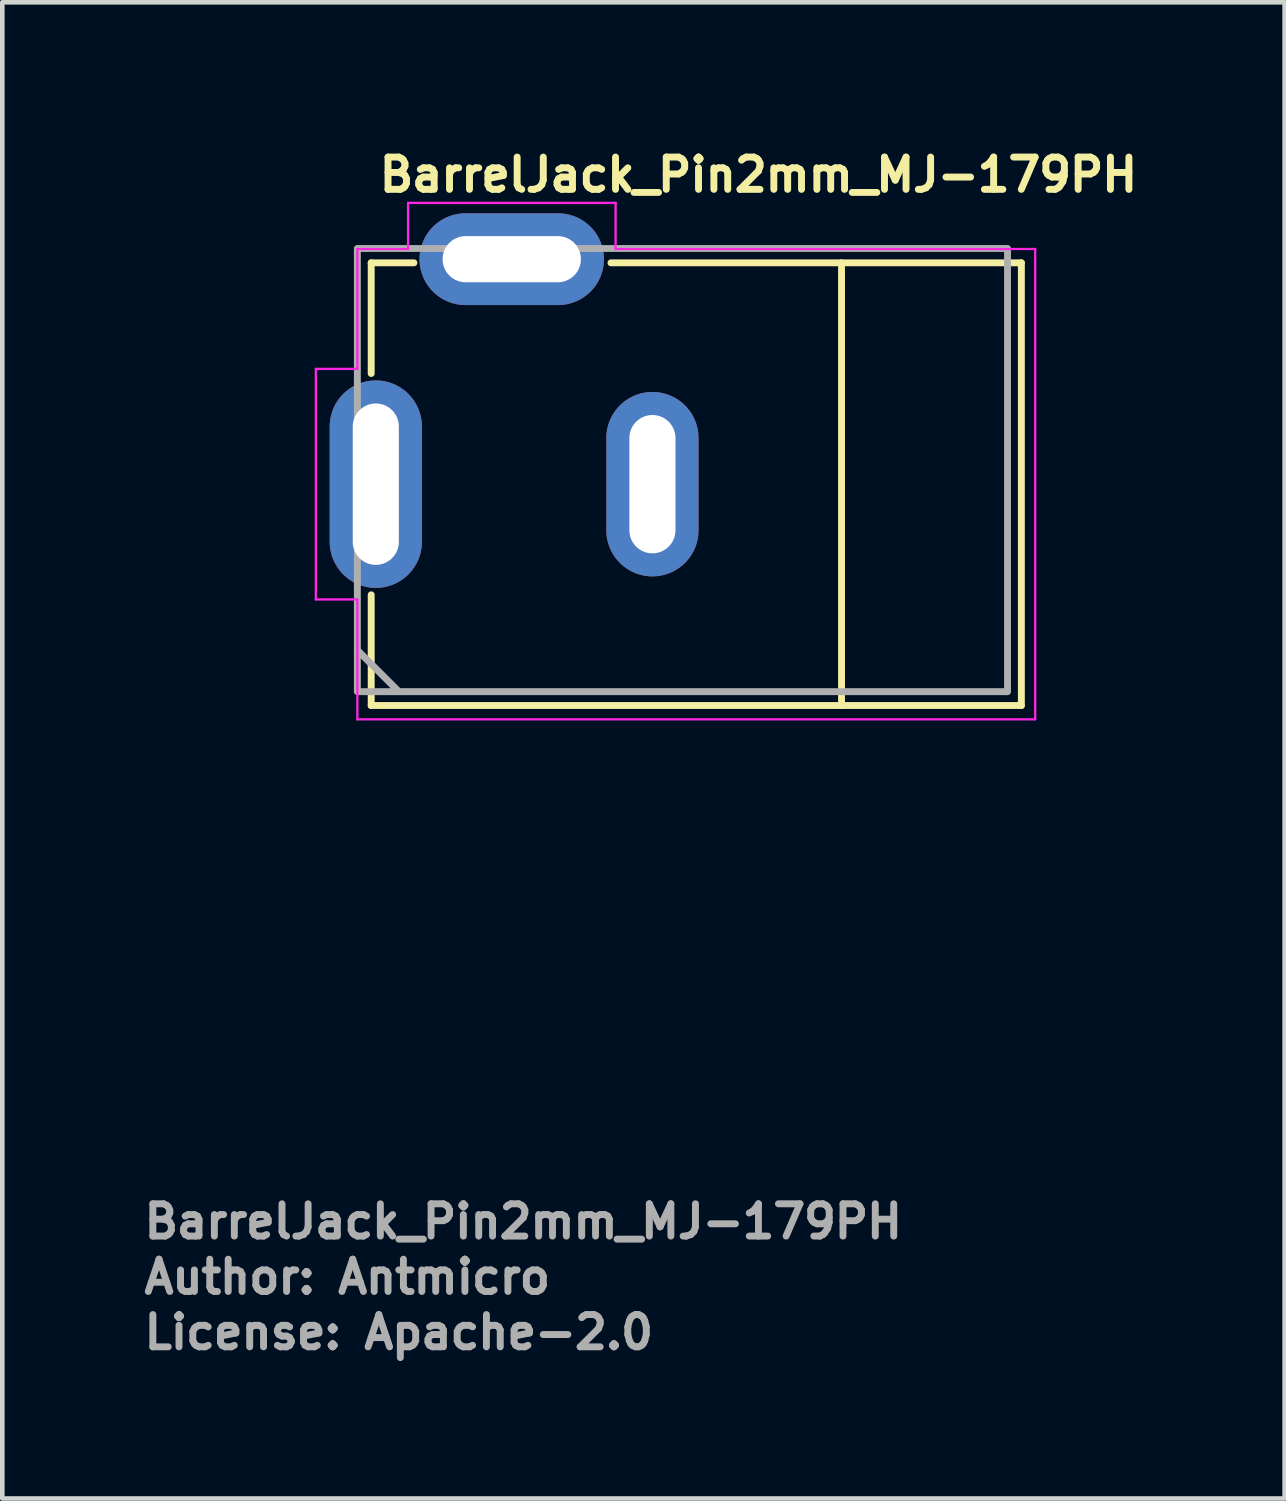
<source format=kicad_pcb>
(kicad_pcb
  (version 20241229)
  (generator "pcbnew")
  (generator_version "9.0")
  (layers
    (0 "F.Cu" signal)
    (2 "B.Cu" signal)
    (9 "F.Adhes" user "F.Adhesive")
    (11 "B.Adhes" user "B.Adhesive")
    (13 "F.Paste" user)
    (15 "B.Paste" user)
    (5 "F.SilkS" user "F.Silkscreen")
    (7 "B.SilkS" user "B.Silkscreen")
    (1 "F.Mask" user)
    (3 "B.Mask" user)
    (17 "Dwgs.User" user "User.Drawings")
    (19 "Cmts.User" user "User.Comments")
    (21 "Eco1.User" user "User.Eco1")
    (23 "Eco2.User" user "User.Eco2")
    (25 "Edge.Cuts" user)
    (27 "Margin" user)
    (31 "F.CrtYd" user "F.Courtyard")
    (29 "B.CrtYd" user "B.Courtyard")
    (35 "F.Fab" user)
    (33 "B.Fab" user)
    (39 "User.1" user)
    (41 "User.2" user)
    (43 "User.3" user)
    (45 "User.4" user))
  (footprint "BarrelJack_Pin2mm_MJ-179PH"
    (layer "F.Cu")
    (at 5.1 7.45)
    (property "Reference" "BarrelJack_Pin2mm_MJ-179PH" (at 0 -6.3 0) (layer "F.SilkS") (effects (font (size 0.7 0.7) (thickness 0.15)) (justify left bottom)))
    (attr through_hole)
    (fp_line (start -0.1 -4.8) (end 0.826 -4.8) (stroke (width 0.15) (type solid)) (layer "F.SilkS"))
    (fp_line (start -0.1 -2.4) (end -0.1 -4.8) (stroke (width 0.15) (type solid)) (layer "F.SilkS"))
    (fp_line (start -0.1 4.8) (end -0.1 2.4) (stroke (width 0.15) (type solid)) (layer "F.SilkS"))
    (fp_line (start 10.1 4.8) (end 10.1 -4.8) (stroke (width 0.15) (type solid)) (layer "F.SilkS"))
    (fp_line (start 14 -4.8) (end 5.1 -4.8) (stroke (width 0.15) (type solid)) (layer "F.SilkS"))
    (fp_line (start 14 4.8) (end -0.1 4.8) (stroke (width 0.15) (type solid)) (layer "F.SilkS"))
    (fp_line (start 14 4.8) (end 14 -4.8) (stroke (width 0.15) (type solid)) (layer "F.SilkS"))
    (fp_line (start -1.3 -2.5) (end -1.3 2.5) (stroke (width 0.05) (type solid)) (layer "F.CrtYd"))
    (fp_line (start -1.3 2.5) (end -0.4 2.5) (stroke (width 0.05) (type solid)) (layer "F.CrtYd"))
    (fp_line (start -0.4 -5.1) (end -0.4 -2.5) (stroke (width 0.05) (type solid)) (layer "F.CrtYd"))
    (fp_line (start -0.4 -2.5) (end -1.3 -2.5) (stroke (width 0.05) (type solid)) (layer "F.CrtYd"))
    (fp_line (start -0.4 2.5) (end -0.4 5.1) (stroke (width 0.05) (type solid)) (layer "F.CrtYd"))
    (fp_line (start -0.4 5.1) (end 14.3 5.1) (stroke (width 0.05) (type solid)) (layer "F.CrtYd"))
    (fp_line (start 0.7 -6.1) (end 0.7 -5.1) (stroke (width 0.05) (type solid)) (layer "F.CrtYd"))
    (fp_line (start 0.7 -5.1) (end -0.4 -5.1) (stroke (width 0.05) (type solid)) (layer "F.CrtYd"))
    (fp_line (start 5.2 -6.1) (end 0.7 -6.1) (stroke (width 0.05) (type solid)) (layer "F.CrtYd"))
    (fp_line (start 5.2 -5.1) (end 5.2 -6.1) (stroke (width 0.05) (type solid)) (layer "F.CrtYd"))
    (fp_line (start 14.3 -5.1) (end 5.2 -5.1) (stroke (width 0.05) (type solid)) (layer "F.CrtYd"))
    (fp_line (start 14.3 5.1) (end 14.3 -5.1) (stroke (width 0.05) (type solid)) (layer "F.CrtYd"))
    (fp_line (start -0.4 3.6) (end 0.5 4.5) (stroke (width 0.15) (type solid)) (layer "F.Fab"))
    (fp_rect (start -0.4 4.5) (end 13.7 -5.111) (stroke (width 0.15) (type solid)) (fill no) (layer "F.Fab"))
    (fp_rect (start -0.4 4.488) (end 13.7 -5.111) (stroke (width 0.1) (type solid)) (fill no) (layer "User.5"))
    (fp_line (start -0.4 -1.013) (end -0.4 -0.987) (stroke (width 0.02) (type solid)) (layer "User.9"))
    (fp_line (start -0.4 -0.987) (end -0.4 -0.961) (stroke (width 0.02) (type solid)) (layer "User.9"))
    (fp_line (start -0.4 -0.961) (end -0.4 -0.961) (stroke (width 0.02) (type solid)) (layer "User.9"))
    (fp_line (start -0.4 -0.961) (end -0.4 -0.889) (stroke (width 0.02) (type solid)) (layer "User.9"))
    (fp_line (start -0.4 -0.889) (end -0.4 -0.889) (stroke (width 0.02) (type solid)) (layer "User.9"))
    (fp_line (start -0.4 -0.889) (end -0.4 -0.774) (stroke (width 0.02) (type solid)) (layer "User.9"))
    (fp_line (start -0.4 -0.774) (end -0.4 -0.774) (stroke (width 0.02) (type solid)) (layer "User.9"))
    (fp_line (start -0.4 -0.774) (end -0.4 -0.619) (stroke (width 0.02) (type solid)) (layer "User.9"))
    (fp_line (start -0.4 -0.619) (end -0.4 -0.619) (stroke (width 0.02) (type solid)) (layer "User.9"))
    (fp_line (start -0.4 -0.619) (end -0.4 -0.435) (stroke (width 0.02) (type solid)) (layer "User.9"))
    (fp_line (start -0.4 -0.435) (end -0.4 -0.435) (stroke (width 0.02) (type solid)) (layer "User.9"))
    (fp_line (start -0.4 -0.435) (end -0.4 -0.228) (stroke (width 0.02) (type solid)) (layer "User.9"))
    (fp_line (start -0.4 -0.228) (end -0.4 -0.228) (stroke (width 0.02) (type solid)) (layer "User.9"))
    (fp_line (start -0.4 -0.228) (end -0.4 -0.011) (stroke (width 0.02) (type solid)) (layer "User.9"))
    (fp_line (start -0.4 -0.011) (end -0.4 -0.011) (stroke (width 0.02) (type solid)) (layer "User.9"))
    (fp_line (start -0.4 -0.011) (end -0.4 0.206) (stroke (width 0.02) (type solid)) (layer "User.9"))
    (fp_line (start -0.4 0.206) (end -0.4 0.206) (stroke (width 0.02) (type solid)) (layer "User.9"))
    (fp_line (start -0.4 0.206) (end -0.4 0.412) (stroke (width 0.02) (type solid)) (layer "User.9"))
    (fp_line (start -0.4 0.412) (end -0.4 0.412) (stroke (width 0.02) (type solid)) (layer "User.9"))
    (fp_line (start -0.4 0.412) (end -0.4 0.597) (stroke (width 0.02) (type solid)) (layer "User.9"))
    (fp_line (start -0.4 0.597) (end -0.4 0.597) (stroke (width 0.02) (type solid)) (layer "User.9"))
    (fp_line (start -0.4 0.597) (end -0.4 0.751) (stroke (width 0.02) (type solid)) (layer "User.9"))
    (fp_line (start -0.4 0.751) (end -0.4 0.751) (stroke (width 0.02) (type solid)) (layer "User.9"))
    (fp_line (start -0.4 0.751) (end -0.4 0.867) (stroke (width 0.02) (type solid)) (layer "User.9"))
    (fp_line (start -0.4 0.867) (end -0.4 0.867) (stroke (width 0.02) (type solid)) (layer "User.9"))
    (fp_line (start -0.4 0.867) (end -0.4 0.94) (stroke (width 0.02) (type solid)) (layer "User.9"))
    (fp_line (start -0.4 0.94) (end -0.4 0.94) (stroke (width 0.02) (type solid)) (layer "User.9"))
    (fp_line (start -0.4 0.94) (end -0.4 0.964) (stroke (width 0.02) (type solid)) (layer "User.9"))
    (fp_line (start -0.4 0.991) (end -0.4 0.964) (stroke (width 0.02) (type solid)) (layer "User.9"))
    (fp_line (start -0.397 -1.042) (end -0.4 -1.013) (stroke (width 0.02) (type solid)) (layer "User.9"))
    (fp_line (start -0.397 1.019) (end -0.4 0.991) (stroke (width 0.02) (type solid)) (layer "User.9"))
    (fp_line (start -0.394 -1.068) (end -0.397 -1.042) (stroke (width 0.02) (type solid)) (layer "User.9"))
    (fp_line (start -0.393 1.048) (end -0.397 1.019) (stroke (width 0.02) (type solid)) (layer "User.9"))
    (fp_line (start -0.389 -1.096) (end -0.394 -1.068) (stroke (width 0.02) (type solid)) (layer "User.9"))
    (fp_line (start -0.389 1.075) (end -0.393 1.048) (stroke (width 0.02) (type solid)) (layer "User.9"))
    (fp_line (start -0.382 -1.122) (end -0.389 -1.096) (stroke (width 0.02) (type solid)) (layer "User.9"))
    (fp_line (start -0.382 1.1) (end -0.389 1.075) (stroke (width 0.02) (type solid)) (layer "User.9"))
    (fp_line (start -0.374 -1.149) (end -0.382 -1.122) (stroke (width 0.02) (type solid)) (layer "User.9"))
    (fp_line (start -0.374 1.127) (end -0.382 1.1) (stroke (width 0.02) (type solid)) (layer "User.9"))
    (fp_line (start -0.364 -1.175) (end -0.374 -1.149) (stroke (width 0.02) (type solid)) (layer "User.9"))
    (fp_line (start -0.364 1.153) (end -0.374 1.127) (stroke (width 0.02) (type solid)) (layer "User.9"))
    (fp_line (start -0.353 -1.201) (end -0.364 -1.175) (stroke (width 0.02) (type solid)) (layer "User.9"))
    (fp_line (start -0.353 1.178) (end -0.364 1.153) (stroke (width 0.02) (type solid)) (layer "User.9"))
    (fp_line (start -0.341 -1.225) (end -0.353 -1.201) (stroke (width 0.02) (type solid)) (layer "User.9"))
    (fp_line (start -0.341 1.202) (end -0.353 1.178) (stroke (width 0.02) (type solid)) (layer "User.9"))
    (fp_line (start -0.327 -1.249) (end -0.341 -1.225) (stroke (width 0.02) (type solid)) (layer "User.9"))
    (fp_line (start -0.327 1.226) (end -0.341 1.202) (stroke (width 0.02) (type solid)) (layer "User.9"))
    (fp_line (start -0.311 -1.272) (end -0.327 -1.249) (stroke (width 0.02) (type solid)) (layer "User.9"))
    (fp_line (start -0.311 1.25) (end -0.327 1.226) (stroke (width 0.02) (type solid)) (layer "User.9"))
    (fp_line (start -0.295 1.272) (end -0.311 1.25) (stroke (width 0.02) (type solid)) (layer "User.9"))
    (fp_line (start -0.294 -1.294) (end -0.311 -1.272) (stroke (width 0.02) (type solid)) (layer "User.9"))
    (fp_line (start -0.278 -1.316) (end -0.294 -1.294) (stroke (width 0.02) (type solid)) (layer "User.9"))
    (fp_line (start -0.278 1.293) (end -0.295 1.272) (stroke (width 0.02) (type solid)) (layer "User.9"))
    (fp_line (start -0.258 -1.336) (end -0.278 -1.316) (stroke (width 0.02) (type solid)) (layer "User.9"))
    (fp_line (start -0.258 1.313) (end -0.278 1.293) (stroke (width 0.02) (type solid)) (layer "User.9"))
    (fp_line (start -0.238 -1.356) (end -0.258 -1.336) (stroke (width 0.02) (type solid)) (layer "User.9"))
    (fp_line (start -0.238 1.333) (end -0.258 1.313) (stroke (width 0.02) (type solid)) (layer "User.9"))
    (fp_line (start -0.221 1.339) (end -0.221 1.339) (stroke (width 0.02) (type solid)) (layer "User.9"))
    (fp_line (start -0.221 1.339) (end -0.221 1.341) (stroke (width 0.02) (type solid)) (layer "User.9"))
    (fp_line (start -0.221 1.341) (end -0.221 1.341) (stroke (width 0.02) (type solid)) (layer "User.9"))
    (fp_line (start -0.221 1.341) (end -0.221 1.341) (stroke (width 0.02) (type solid)) (layer "User.9"))
    (fp_line (start -0.221 1.341) (end -0.221 1.341) (stroke (width 0.02) (type solid)) (layer "User.9"))
    (fp_line (start -0.221 1.341) (end -0.221 1.343) (stroke (width 0.02) (type solid)) (layer "User.9"))
    (fp_line (start -0.221 1.343) (end -0.221 1.343) (stroke (width 0.02) (type solid)) (layer "User.9"))
    (fp_line (start -0.221 1.343) (end -0.221 1.343) (stroke (width 0.02) (type solid)) (layer "User.9"))
    (fp_line (start -0.221 1.343) (end -0.221 1.343) (stroke (width 0.02) (type solid)) (layer "User.9"))
    (fp_line (start -0.221 1.343) (end -0.221 1.343) (stroke (width 0.02) (type solid)) (layer "User.9"))
    (fp_line (start -0.221 1.343) (end -0.221 1.345) (stroke (width 0.02) (type solid)) (layer "User.9"))
    (fp_line (start -0.221 1.345) (end -0.221 1.345) (stroke (width 0.02) (type solid)) (layer "User.9"))
    (fp_line (start -0.221 1.345) (end -0.221 1.345) (stroke (width 0.02) (type solid)) (layer "User.9"))
    (fp_line (start -0.221 1.345) (end -0.221 1.345) (stroke (width 0.02) (type solid)) (layer "User.9"))
    (fp_line (start -0.221 1.345) (end -0.221 1.347) (stroke (width 0.02) (type solid)) (layer "User.9"))
    (fp_line (start -0.221 1.347) (end -0.221 1.347) (stroke (width 0.02) (type solid)) (layer "User.9"))
    (fp_line (start -0.221 1.347) (end -0.221 1.347) (stroke (width 0.02) (type solid)) (layer "User.9"))
    (fp_line (start -0.221 1.347) (end -0.22 1.347) (stroke (width 0.02) (type solid)) (layer "User.9"))
    (fp_line (start -0.22 1.337) (end -0.22 1.339) (stroke (width 0.02) (type solid)) (layer "User.9"))
    (fp_line (start -0.22 1.339) (end -0.221 1.339) (stroke (width 0.02) (type solid)) (layer "User.9"))
    (fp_line (start -0.22 1.339) (end -0.22 1.339) (stroke (width 0.02) (type solid)) (layer "User.9"))
    (fp_line (start -0.22 1.339) (end -0.22 1.339) (stroke (width 0.02) (type solid)) (layer "User.9"))
    (fp_line (start -0.22 1.347) (end -0.22 1.347) (stroke (width 0.02) (type solid)) (layer "User.9"))
    (fp_line (start -0.22 1.347) (end -0.22 1.349) (stroke (width 0.02) (type solid)) (layer "User.9"))
    (fp_line (start -0.22 1.349) (end -0.22 1.349) (stroke (width 0.02) (type solid)) (layer "User.9"))
    (fp_line (start -0.22 1.349) (end -0.219 1.349) (stroke (width 0.02) (type solid)) (layer "User.9"))
    (fp_line (start -0.219 1.337) (end -0.22 1.337) (stroke (width 0.02) (type solid)) (layer "User.9"))
    (fp_line (start -0.219 1.337) (end -0.219 1.337) (stroke (width 0.02) (type solid)) (layer "User.9"))
    (fp_line (start -0.219 1.337) (end -0.219 1.337) (stroke (width 0.02) (type solid)) (layer "User.9"))
    (fp_line (start -0.219 1.349) (end -0.219 1.349) (stroke (width 0.02) (type solid)) (layer "User.9"))
    (fp_line (start -0.219 1.349) (end -0.219 1.349) (stroke (width 0.02) (type solid)) (layer "User.9"))
    (fp_line (start -0.219 1.349) (end -0.218 1.351) (stroke (width 0.02) (type solid)) (layer "User.9"))
    (fp_line (start -0.218 -1.374) (end -0.238 -1.356) (stroke (width 0.02) (type solid)) (layer "User.9"))
    (fp_line (start -0.218 -1.374) (end -0.217 -1.374) (stroke (width 0.02) (type solid)) (layer "User.9"))
    (fp_line (start -0.218 1.335) (end -0.218 1.335) (stroke (width 0.02) (type solid)) (layer "User.9"))
    (fp_line (start -0.218 1.335) (end -0.218 1.337) (stroke (width 0.02) (type solid)) (layer "User.9"))
    (fp_line (start -0.218 1.337) (end -0.219 1.337) (stroke (width 0.02) (type solid)) (layer "User.9"))
    (fp_line (start -0.218 1.351) (end -0.238 1.333) (stroke (width 0.02) (type solid)) (layer "User.9"))
    (fp_line (start -0.218 1.351) (end -0.218 1.351) (stroke (width 0.02) (type solid)) (layer "User.9"))
    (fp_line (start -0.218 1.351) (end -0.218 1.351) (stroke (width 0.02) (type solid)) (layer "User.9"))
    (fp_line (start -0.218 1.351) (end -0.217 1.351) (stroke (width 0.02) (type solid)) (layer "User.9"))
    (fp_line (start -0.217 -1.374) (end -0.216 -1.374) (stroke (width 0.02) (type solid)) (layer "User.9"))
    (fp_line (start -0.217 1.335) (end -0.218 1.335) (stroke (width 0.02) (type solid)) (layer "User.9"))
    (fp_line (start -0.217 1.335) (end -0.217 1.335) (stroke (width 0.02) (type solid)) (layer "User.9"))
    (fp_line (start -0.217 1.335) (end -0.217 1.335) (stroke (width 0.02) (type solid)) (layer "User.9"))
    (fp_line (start -0.217 1.351) (end -0.217 1.351) (stroke (width 0.02) (type solid)) (layer "User.9"))
    (fp_line (start -0.217 1.351) (end -0.217 1.351) (stroke (width 0.02) (type solid)) (layer "User.9"))
    (fp_line (start -0.217 1.351) (end -0.216 1.353) (stroke (width 0.02) (type solid)) (layer "User.9"))
    (fp_line (start -0.216 -1.374) (end -0.215 -1.374) (stroke (width 0.02) (type solid)) (layer "User.9"))
    (fp_line (start -0.216 1.335) (end -0.217 1.335) (stroke (width 0.02) (type solid)) (layer "User.9"))
    (fp_line (start -0.216 1.335) (end -0.216 1.335) (stroke (width 0.02) (type solid)) (layer "User.9"))
    (fp_line (start -0.216 1.353) (end -0.216 1.353) (stroke (width 0.02) (type solid)) (layer "User.9"))
    (fp_line (start -0.216 1.353) (end -0.215 1.353) (stroke (width 0.02) (type solid)) (layer "User.9"))
    (fp_line (start -0.215 -1.374) (end -0.215 -1.374) (stroke (width 0.02) (type solid)) (layer "User.9"))
    (fp_line (start -0.215 -1.374) (end -0.214 -1.374) (stroke (width 0.02) (type solid)) (layer "User.9"))
    (fp_line (start -0.215 1.333) (end -0.216 1.335) (stroke (width 0.02) (type solid)) (layer "User.9"))
    (fp_line (start -0.215 1.333) (end -0.215 1.333) (stroke (width 0.02) (type solid)) (layer "User.9"))
    (fp_line (start -0.215 1.353) (end -0.215 1.353) (stroke (width 0.02) (type solid)) (layer "User.9"))
    (fp_line (start -0.215 1.353) (end -0.214 1.353) (stroke (width 0.02) (type solid)) (layer "User.9"))
    (fp_line (start -0.214 -1.374) (end -0.213 -1.376) (stroke (width 0.02) (type solid)) (layer "User.9"))
    (fp_line (start -0.214 1.333) (end -0.215 1.333) (stroke (width 0.02) (type solid)) (layer "User.9"))
    (fp_line (start -0.214 1.333) (end -0.214 1.333) (stroke (width 0.02) (type solid)) (layer "User.9"))
    (fp_line (start -0.214 1.353) (end -0.214 1.353) (stroke (width 0.02) (type solid)) (layer "User.9"))
    (fp_line (start -0.214 1.353) (end -0.213 1.353) (stroke (width 0.02) (type solid)) (layer "User.9"))
    (fp_line (start -0.213 -1.376) (end -0.213 -1.376) (stroke (width 0.02) (type solid)) (layer "User.9"))
    (fp_line (start -0.213 -1.376) (end -0.212 -1.376) (stroke (width 0.02) (type solid)) (layer "User.9"))
    (fp_line (start -0.213 1.333) (end -0.214 1.333) (stroke (width 0.02) (type solid)) (layer "User.9"))
    (fp_line (start -0.213 1.333) (end -0.213 1.333) (stroke (width 0.02) (type solid)) (layer "User.9"))
    (fp_line (start -0.213 1.353) (end -0.213 1.353) (stroke (width 0.02) (type solid)) (layer "User.9"))
    (fp_line (start -0.213 1.353) (end -0.212 1.353) (stroke (width 0.02) (type solid)) (layer "User.9"))
    (fp_line (start -0.212 -1.376) (end -0.211 -1.376) (stroke (width 0.02) (type solid)) (layer "User.9"))
    (fp_line (start -0.212 1.333) (end -0.213 1.333) (stroke (width 0.02) (type solid)) (layer "User.9"))
    (fp_line (start -0.212 1.333) (end -0.212 1.333) (stroke (width 0.02) (type solid)) (layer "User.9"))
    (fp_line (start -0.212 1.353) (end -0.212 1.353) (stroke (width 0.02) (type solid)) (layer "User.9"))
    (fp_line (start -0.212 1.353) (end -0.211 1.353) (stroke (width 0.02) (type solid)) (layer "User.9"))
    (fp_line (start -0.211 -1.376) (end -0.211 -1.376) (stroke (width 0.02) (type solid)) (layer "User.9"))
    (fp_line (start -0.211 -1.376) (end -0.21 -1.376) (stroke (width 0.02) (type solid)) (layer "User.9"))
    (fp_line (start -0.211 1.333) (end -0.212 1.333) (stroke (width 0.02) (type solid)) (layer "User.9"))
    (fp_line (start -0.211 1.333) (end -0.211 1.333) (stroke (width 0.02) (type solid)) (layer "User.9"))
    (fp_line (start -0.211 1.333) (end -0.211 1.333) (stroke (width 0.02) (type solid)) (layer "User.9"))
    (fp_line (start -0.211 1.333) (end -0.211 1.333) (stroke (width 0.02) (type solid)) (layer "User.9"))
    (fp_line (start -0.211 1.353) (end -0.211 1.353) (stroke (width 0.02) (type solid)) (layer "User.9"))
    (fp_line (start -0.211 1.353) (end -0.211 1.353) (stroke (width 0.02) (type solid)) (layer "User.9"))
    (fp_line (start -0.211 1.353) (end -0.21 1.353) (stroke (width 0.02) (type solid)) (layer "User.9"))
    (fp_line (start -0.21 -1.376) (end -0.209 -1.376) (stroke (width 0.02) (type solid)) (layer "User.9"))
    (fp_line (start -0.21 1.333) (end -0.211 1.333) (stroke (width 0.02) (type solid)) (layer "User.9"))
    (fp_line (start -0.21 1.333) (end -0.21 1.333) (stroke (width 0.02) (type solid)) (layer "User.9"))
    (fp_line (start -0.21 1.353) (end -0.21 1.353) (stroke (width 0.02) (type solid)) (layer "User.9"))
    (fp_line (start -0.21 1.353) (end -0.209 1.353) (stroke (width 0.02) (type solid)) (layer "User.9"))
    (fp_line (start -0.209 -1.376) (end -0.209 -1.376) (stroke (width 0.02) (type solid)) (layer "User.9"))
    (fp_line (start -0.209 -1.376) (end -0.208 -1.376) (stroke (width 0.02) (type solid)) (layer "User.9"))
    (fp_line (start -0.209 1.333) (end -0.21 1.333) (stroke (width 0.02) (type solid)) (layer "User.9"))
    (fp_line (start -0.209 1.333) (end -0.209 1.333) (stroke (width 0.02) (type solid)) (layer "User.9"))
    (fp_line (start -0.209 1.353) (end -0.209 1.353) (stroke (width 0.02) (type solid)) (layer "User.9"))
    (fp_line (start -0.209 1.353) (end -0.208 1.353) (stroke (width 0.02) (type solid)) (layer "User.9"))
    (fp_line (start -0.208 -1.376) (end -0.208 -1.374) (stroke (width 0.02) (type solid)) (layer "User.9"))
    (fp_line (start -0.208 -1.374) (end -0.207 -1.374) (stroke (width 0.02) (type solid)) (layer "User.9"))
    (fp_line (start -0.208 1.333) (end -0.209 1.333) (stroke (width 0.02) (type solid)) (layer "User.9"))
    (fp_line (start -0.208 1.333) (end -0.208 1.333) (stroke (width 0.02) (type solid)) (layer "User.9"))
    (fp_line (start -0.208 1.333) (end -0.208 1.333) (stroke (width 0.02) (type solid)) (layer "User.9"))
    (fp_line (start -0.208 1.353) (end -0.208 1.353) (stroke (width 0.02) (type solid)) (layer "User.9"))
    (fp_line (start -0.208 1.353) (end -0.208 1.353) (stroke (width 0.02) (type solid)) (layer "User.9"))
    (fp_line (start -0.208 1.353) (end -0.207 1.353) (stroke (width 0.02) (type solid)) (layer "User.9"))
    (fp_line (start -0.207 -1.374) (end -0.207 -1.374) (stroke (width 0.02) (type solid)) (layer "User.9"))
    (fp_line (start -0.207 -1.374) (end -0.206 -1.374) (stroke (width 0.02) (type solid)) (layer "User.9"))
    (fp_line (start -0.207 1.335) (end -0.208 1.333) (stroke (width 0.02) (type solid)) (layer "User.9"))
    (fp_line (start -0.207 1.335) (end -0.207 1.335) (stroke (width 0.02) (type solid)) (layer "User.9"))
    (fp_line (start -0.207 1.353) (end -0.207 1.353) (stroke (width 0.02) (type solid)) (layer "User.9"))
    (fp_line (start -0.207 1.353) (end -0.206 1.351) (stroke (width 0.02) (type solid)) (layer "User.9"))
    (fp_line (start -0.206 -1.374) (end -0.206 -1.374) (stroke (width 0.02) (type solid)) (layer "User.9"))
    (fp_line (start -0.206 -1.374) (end -0.205 -1.374) (stroke (width 0.02) (type solid)) (layer "User.9"))
    (fp_line (start -0.206 1.335) (end -0.207 1.335) (stroke (width 0.02) (type solid)) (layer "User.9"))
    (fp_line (start -0.206 1.335) (end -0.206 1.335) (stroke (width 0.02) (type solid)) (layer "User.9"))
    (fp_line (start -0.206 1.351) (end -0.206 1.351) (stroke (width 0.02) (type solid)) (layer "User.9"))
    (fp_line (start -0.206 1.351) (end -0.205 1.351) (stroke (width 0.02) (type solid)) (layer "User.9"))
    (fp_line (start -0.205 -1.374) (end -0.205 -1.374) (stroke (width 0.02) (type solid)) (layer "User.9"))
    (fp_line (start -0.205 -1.374) (end -0.205 -1.372) (stroke (width 0.02) (type solid)) (layer "User.9"))
    (fp_line (start -0.205 -1.372) (end -0.204 -1.372) (stroke (width 0.02) (type solid)) (layer "User.9"))
    (fp_line (start -0.205 1.335) (end -0.206 1.335) (stroke (width 0.02) (type solid)) (layer "User.9"))
    (fp_line (start -0.205 1.335) (end -0.205 1.335) (stroke (width 0.02) (type solid)) (layer "User.9"))
    (fp_line (start -0.205 1.335) (end -0.205 1.335) (stroke (width 0.02) (type solid)) (layer "User.9"))
    (fp_line (start -0.205 1.351) (end -0.205 1.351) (stroke (width 0.02) (type solid)) (layer "User.9"))
    (fp_line (start -0.205 1.351) (end -0.205 1.351) (stroke (width 0.02) (type solid)) (layer "User.9"))
    (fp_line (start -0.205 1.351) (end -0.204 1.351) (stroke (width 0.02) (type solid)) (layer "User.9"))
    (fp_line (start -0.204 -1.372) (end -0.204 -1.372) (stroke (width 0.02) (type solid)) (layer "User.9"))
    (fp_line (start -0.204 -1.372) (end -0.203 -1.37) (stroke (width 0.02) (type solid)) (layer "User.9"))
    (fp_line (start -0.204 1.337) (end -0.205 1.335) (stroke (width 0.02) (type solid)) (layer "User.9"))
    (fp_line (start -0.204 1.337) (end -0.204 1.337) (stroke (width 0.02) (type solid)) (layer "User.9"))
    (fp_line (start -0.204 1.337) (end -0.204 1.337) (stroke (width 0.02) (type solid)) (layer "User.9"))
    (fp_line (start -0.204 1.349) (end -0.204 1.349) (stroke (width 0.02) (type solid)) (layer "User.9"))
    (fp_line (start -0.204 1.349) (end -0.203 1.349) (stroke (width 0.02) (type solid)) (layer "User.9"))
    (fp_line (start -0.204 1.351) (end -0.204 1.349) (stroke (width 0.02) (type solid)) (layer "User.9"))
    (fp_line (start -0.203 -1.37) (end -0.203 -1.37) (stroke (width 0.02) (type solid)) (layer "User.9"))
    (fp_line (start -0.203 -1.37) (end -0.203 -1.37) (stroke (width 0.02) (type solid)) (layer "User.9"))
    (fp_line (start -0.203 -1.37) (end -0.202 -1.368) (stroke (width 0.02) (type solid)) (layer "User.9"))
    (fp_line (start -0.203 1.337) (end -0.204 1.337) (stroke (width 0.02) (type solid)) (layer "User.9"))
    (fp_line (start -0.203 1.337) (end -0.203 1.337) (stroke (width 0.02) (type solid)) (layer "User.9"))
    (fp_line (start -0.203 1.339) (end -0.203 1.337) (stroke (width 0.02) (type solid)) (layer "User.9"))
    (fp_line (start -0.203 1.339) (end -0.203 1.339) (stroke (width 0.02) (type solid)) (layer "User.9"))
    (fp_line (start -0.203 1.347) (end -0.202 1.347) (stroke (width 0.02) (type solid)) (layer "User.9"))
    (fp_line (start -0.203 1.349) (end -0.203 1.347) (stroke (width 0.02) (type solid)) (layer "User.9"))
    (fp_line (start -0.203 1.349) (end -0.203 1.349) (stroke (width 0.02) (type solid)) (layer "User.9"))
    (fp_line (start -0.203 1.349) (end -0.203 1.349) (stroke (width 0.02) (type solid)) (layer "User.9"))
    (fp_line (start -0.202 -1.368) (end -0.202 -1.368) (stroke (width 0.02) (type solid)) (layer "User.9"))
    (fp_line (start -0.202 -1.368) (end -0.202 -1.368) (stroke (width 0.02) (type solid)) (layer "User.9"))
    (fp_line (start -0.202 -1.368) (end -0.202 -1.366) (stroke (width 0.02) (type solid)) (layer "User.9"))
    (fp_line (start -0.202 -1.366) (end -0.201 -1.366) (stroke (width 0.02) (type solid)) (layer "User.9"))
    (fp_line (start -0.202 1.339) (end -0.203 1.339) (stroke (width 0.02) (type solid)) (layer "User.9"))
    (fp_line (start -0.202 1.339) (end -0.202 1.339) (stroke (width 0.02) (type solid)) (layer "User.9"))
    (fp_line (start -0.202 1.339) (end -0.202 1.339) (stroke (width 0.02) (type solid)) (layer "User.9"))
    (fp_line (start -0.202 1.341) (end -0.202 1.339) (stroke (width 0.02) (type solid)) (layer "User.9"))
    (fp_line (start -0.202 1.341) (end -0.202 1.341) (stroke (width 0.02) (type solid)) (layer "User.9"))
    (fp_line (start -0.202 1.341) (end -0.202 1.341) (stroke (width 0.02) (type solid)) (layer "User.9"))
    (fp_line (start -0.202 1.341) (end -0.202 1.341) (stroke (width 0.02) (type solid)) (layer "User.9"))
    (fp_line (start -0.202 1.345) (end -0.202 1.345) (stroke (width 0.02) (type solid)) (layer "User.9"))
    (fp_line (start -0.202 1.345) (end -0.202 1.345) (stroke (width 0.02) (type solid)) (layer "User.9"))
    (fp_line (start -0.202 1.345) (end -0.201 1.345) (stroke (width 0.02) (type solid)) (layer "User.9"))
    (fp_line (start -0.202 1.347) (end -0.202 1.345) (stroke (width 0.02) (type solid)) (layer "User.9"))
    (fp_line (start -0.202 1.347) (end -0.202 1.347) (stroke (width 0.02) (type solid)) (layer "User.9"))
    (fp_line (start -0.202 1.347) (end -0.202 1.347) (stroke (width 0.02) (type solid)) (layer "User.9"))
    (fp_line (start -0.202 1.347) (end -0.202 1.347) (stroke (width 0.02) (type solid)) (layer "User.9"))
    (fp_line (start -0.201 -1.784) (end -0.201 -1.779) (stroke (width 0.02) (type solid)) (layer "User.9"))
    (fp_line (start -0.201 -1.779) (end -0.201 -1.773) (stroke (width 0.02) (type solid)) (layer "User.9"))
    (fp_line (start -0.201 -1.773) (end -0.201 -1.773) (stroke (width 0.02) (type solid)) (layer "User.9"))
    (fp_line (start -0.201 -1.773) (end -0.201 -1.693) (stroke (width 0.02) (type solid)) (layer "User.9"))
    (fp_line (start -0.201 -1.729) (end -0.201 -1.773) (stroke (width 0.02) (type solid)) (layer "User.9"))
    (fp_line (start -0.201 -1.729) (end -0.201 -1.729) (stroke (width 0.02) (type solid)) (layer "User.9"))
    (fp_line (start -0.201 -1.693) (end -0.201 -1.693) (stroke (width 0.02) (type solid)) (layer "User.9"))
    (fp_line (start -0.201 -1.693) (end -0.201 -1.449) (stroke (width 0.02) (type solid)) (layer "User.9"))
    (fp_line (start -0.201 -1.683) (end -0.201 -1.773) (stroke (width 0.02) (type solid)) (layer "User.9"))
    (fp_line (start -0.201 -1.683) (end -0.201 -1.683) (stroke (width 0.02) (type solid)) (layer "User.9"))
    (fp_line (start -0.201 -1.598) (end -0.201 -1.729) (stroke (width 0.02) (type solid)) (layer "User.9"))
    (fp_line (start -0.201 -1.598) (end -0.201 -1.598) (stroke (width 0.02) (type solid)) (layer "User.9"))
    (fp_line (start -0.201 -1.433) (end -0.201 -1.683) (stroke (width 0.02) (type solid)) (layer "User.9"))
    (fp_line (start -0.201 -1.433) (end -0.201 -1.433) (stroke (width 0.02) (type solid)) (layer "User.9"))
    (fp_line (start -0.201 -1.39) (end -0.201 -1.598) (stroke (width 0.02) (type solid)) (layer "User.9"))
    (fp_line (start -0.201 -1.39) (end -0.201 -1.39) (stroke (width 0.02) (type solid)) (layer "User.9"))
    (fp_line (start -0.201 -1.366) (end -0.201 -1.332) (stroke (width 0.02) (type solid)) (layer "User.9"))
    (fp_line (start -0.201 -1.332) (end -0.201 -1.366) (stroke (width 0.02) (type solid)) (layer "User.9"))
    (fp_line (start -0.201 -1.332) (end -0.201 -1.332) (stroke (width 0.02) (type solid)) (layer "User.9"))
    (fp_line (start -0.201 -1.332) (end -0.201 -1.332) (stroke (width 0.02) (type solid)) (layer "User.9"))
    (fp_line (start -0.201 -1.332) (end -0.201 -1.231) (stroke (width 0.02) (type solid)) (layer "User.9"))
    (fp_line (start -0.201 -1.231) (end -0.201 -1.332) (stroke (width 0.02) (type solid)) (layer "User.9"))
    (fp_line (start -0.201 -1.231) (end -0.201 -1.231) (stroke (width 0.02) (type solid)) (layer "User.9"))
    (fp_line (start -0.201 -1.231) (end -0.201 -1.231) (stroke (width 0.02) (type solid)) (layer "User.9"))
    (fp_line (start -0.201 -1.231) (end -0.201 -1.07) (stroke (width 0.02) (type solid)) (layer "User.9"))
    (fp_line (start -0.201 -1.11) (end -0.201 -1.39) (stroke (width 0.02) (type solid)) (layer "User.9"))
    (fp_line (start -0.201 -1.11) (end -0.201 -1.11) (stroke (width 0.02) (type solid)) (layer "User.9"))
    (fp_line (start -0.201 -1.07) (end -0.201 -1.231) (stroke (width 0.02) (type solid)) (layer "User.9"))
    (fp_line (start -0.201 -1.07) (end -0.201 -1.07) (stroke (width 0.02) (type solid)) (layer "User.9"))
    (fp_line (start -0.201 -1.07) (end -0.201 -1.07) (stroke (width 0.02) (type solid)) (layer "User.9"))
    (fp_line (start -0.201 -1.07) (end -0.201 -0.855) (stroke (width 0.02) (type solid)) (layer "User.9"))
    (fp_line (start -0.201 -1.042) (end -0.201 -1.433) (stroke (width 0.02) (type solid)) (layer "User.9"))
    (fp_line (start -0.201 -1.042) (end -0.201 -1.042) (stroke (width 0.02) (type solid)) (layer "User.9"))
    (fp_line (start -0.201 -0.855) (end -0.201 -1.07) (stroke (width 0.02) (type solid)) (layer "User.9"))
    (fp_line (start -0.201 -0.855) (end -0.201 -0.855) (stroke (width 0.02) (type solid)) (layer "User.9"))
    (fp_line (start -0.201 -0.855) (end -0.201 -0.855) (stroke (width 0.02) (type solid)) (layer "User.9"))
    (fp_line (start -0.201 -0.855) (end -0.201 -0.598) (stroke (width 0.02) (type solid)) (layer "User.9"))
    (fp_line (start -0.201 -0.776) (end -0.201 -1.11) (stroke (width 0.02) (type solid)) (layer "User.9"))
    (fp_line (start -0.201 -0.776) (end -0.201 -0.776) (stroke (width 0.02) (type solid)) (layer "User.9"))
    (fp_line (start -0.201 -0.598) (end -0.201 -0.855) (stroke (width 0.02) (type solid)) (layer "User.9"))
    (fp_line (start -0.201 -0.598) (end -0.201 -0.598) (stroke (width 0.02) (type solid)) (layer "User.9"))
    (fp_line (start -0.201 -0.598) (end -0.201 -0.598) (stroke (width 0.02) (type solid)) (layer "User.9"))
    (fp_line (start -0.201 -0.598) (end -0.201 -0.313) (stroke (width 0.02) (type solid)) (layer "User.9"))
    (fp_line (start -0.201 -0.554) (end -0.201 -1.042) (stroke (width 0.02) (type solid)) (layer "User.9"))
    (fp_line (start -0.201 -0.554) (end -0.201 -0.554) (stroke (width 0.02) (type solid)) (layer "User.9"))
    (fp_line (start -0.201 -0.404) (end -0.201 -0.776) (stroke (width 0.02) (type solid)) (layer "User.9"))
    (fp_line (start -0.201 -0.404) (end -0.201 -0.404) (stroke (width 0.02) (type solid)) (layer "User.9"))
    (fp_line (start -0.201 -0.313) (end -0.201 -0.598) (stroke (width 0.02) (type solid)) (layer "User.9"))
    (fp_line (start -0.201 -0.313) (end -0.201 -0.313) (stroke (width 0.02) (type solid)) (layer "User.9"))
    (fp_line (start -0.201 -0.313) (end -0.201 -0.313) (stroke (width 0.02) (type solid)) (layer "User.9"))
    (fp_line (start -0.201 -0.313) (end -0.201 -0.011) (stroke (width 0.02) (type solid)) (layer "User.9"))
    (fp_line (start -0.201 -0.011) (end -0.201 -0.554) (stroke (width 0.02) (type solid)) (layer "User.9"))
    (fp_line (start -0.201 -0.011) (end -0.201 -0.404) (stroke (width 0.02) (type solid)) (layer "User.9"))
    (fp_line (start -0.201 -0.011) (end -0.201 -0.313) (stroke (width 0.02) (type solid)) (layer "User.9"))
    (fp_line (start -0.201 -0.011) (end -0.201 -0.011) (stroke (width 0.02) (type solid)) (layer "User.9"))
    (fp_line (start -0.201 -0.011) (end -0.201 -0.011) (stroke (width 0.02) (type solid)) (layer "User.9"))
    (fp_line (start -0.201 -0.011) (end -0.201 -0.011) (stroke (width 0.02) (type solid)) (layer "User.9"))
    (fp_line (start -0.201 -0.011) (end -0.201 -0.011) (stroke (width 0.02) (type solid)) (layer "User.9"))
    (fp_line (start -0.201 -0.011) (end -0.201 0.29) (stroke (width 0.02) (type solid)) (layer "User.9"))
    (fp_line (start -0.201 0.29) (end -0.201 -0.011) (stroke (width 0.02) (type solid)) (layer "User.9"))
    (fp_line (start -0.201 0.29) (end -0.201 0.29) (stroke (width 0.02) (type solid)) (layer "User.9"))
    (fp_line (start -0.201 0.29) (end -0.201 0.29) (stroke (width 0.02) (type solid)) (layer "User.9"))
    (fp_line (start -0.201 0.29) (end -0.201 0.576) (stroke (width 0.02) (type solid)) (layer "User.9"))
    (fp_line (start -0.201 0.38) (end -0.201 -0.011) (stroke (width 0.02) (type solid)) (layer "User.9"))
    (fp_line (start -0.201 0.38) (end -0.201 0.38) (stroke (width 0.02) (type solid)) (layer "User.9"))
    (fp_line (start -0.201 0.531) (end -0.201 -0.011) (stroke (width 0.02) (type solid)) (layer "User.9"))
    (fp_line (start -0.201 0.531) (end -0.201 0.531) (stroke (width 0.02) (type solid)) (layer "User.9"))
    (fp_line (start -0.201 0.576) (end -0.201 0.29) (stroke (width 0.02) (type solid)) (layer "User.9"))
    (fp_line (start -0.201 0.576) (end -0.201 0.576) (stroke (width 0.02) (type solid)) (layer "User.9"))
    (fp_line (start -0.201 0.576) (end -0.201 0.576) (stroke (width 0.02) (type solid)) (layer "User.9"))
    (fp_line (start -0.201 0.576) (end -0.201 0.834) (stroke (width 0.02) (type solid)) (layer "User.9"))
    (fp_line (start -0.201 0.753) (end -0.201 0.38) (stroke (width 0.02) (type solid)) (layer "User.9"))
    (fp_line (start -0.201 0.753) (end -0.201 0.753) (stroke (width 0.02) (type solid)) (layer "User.9"))
    (fp_line (start -0.201 0.834) (end -0.201 0.576) (stroke (width 0.02) (type solid)) (layer "User.9"))
    (fp_line (start -0.201 0.834) (end -0.201 0.834) (stroke (width 0.02) (type solid)) (layer "User.9"))
    (fp_line (start -0.201 0.834) (end -0.201 0.834) (stroke (width 0.02) (type solid)) (layer "User.9"))
    (fp_line (start -0.201 0.834) (end -0.201 1.048) (stroke (width 0.02) (type solid)) (layer "User.9"))
    (fp_line (start -0.201 1.02) (end -0.201 0.531) (stroke (width 0.02) (type solid)) (layer "User.9"))
    (fp_line (start -0.201 1.02) (end -0.201 1.02) (stroke (width 0.02) (type solid)) (layer "User.9"))
    (fp_line (start -0.201 1.048) (end -0.201 0.834) (stroke (width 0.02) (type solid)) (layer "User.9"))
    (fp_line (start -0.201 1.048) (end -0.201 1.048) (stroke (width 0.02) (type solid)) (layer "User.9"))
    (fp_line (start -0.201 1.048) (end -0.201 1.048) (stroke (width 0.02) (type solid)) (layer "User.9"))
    (fp_line (start -0.201 1.048) (end -0.201 1.21) (stroke (width 0.02) (type solid)) (layer "User.9"))
    (fp_line (start -0.201 1.088) (end -0.201 0.753) (stroke (width 0.02) (type solid)) (layer "User.9"))
    (fp_line (start -0.201 1.088) (end -0.201 1.088) (stroke (width 0.02) (type solid)) (layer "User.9"))
    (fp_line (start -0.201 1.21) (end -0.201 1.048) (stroke (width 0.02) (type solid)) (layer "User.9"))
    (fp_line (start -0.201 1.21) (end -0.201 1.21) (stroke (width 0.02) (type solid)) (layer "User.9"))
    (fp_line (start -0.201 1.21) (end -0.201 1.21) (stroke (width 0.02) (type solid)) (layer "User.9"))
    (fp_line (start -0.201 1.21) (end -0.201 1.309) (stroke (width 0.02) (type solid)) (layer "User.9"))
    (fp_line (start -0.201 1.309) (end -0.201 1.21) (stroke (width 0.02) (type solid)) (layer "User.9"))
    (fp_line (start -0.201 1.309) (end -0.201 1.309) (stroke (width 0.02) (type solid)) (layer "User.9"))
    (fp_line (start -0.201 1.309) (end -0.201 1.309) (stroke (width 0.02) (type solid)) (layer "User.9"))
    (fp_line (start -0.201 1.309) (end -0.201 1.343) (stroke (width 0.02) (type solid)) (layer "User.9"))
    (fp_line (start -0.201 1.343) (end -0.202 1.341) (stroke (width 0.02) (type solid)) (layer "User.9"))
    (fp_line (start -0.201 1.343) (end -0.201 1.309) (stroke (width 0.02) (type solid)) (layer "User.9"))
    (fp_line (start -0.201 1.343) (end -0.201 1.343) (stroke (width 0.02) (type solid)) (layer "User.9"))
    (fp_line (start -0.201 1.343) (end -0.201 1.343) (stroke (width 0.02) (type solid)) (layer "User.9"))
    (fp_line (start -0.201 1.343) (end -0.201 1.343) (stroke (width 0.02) (type solid)) (layer "User.9"))
    (fp_line (start -0.201 1.343) (end -0.201 1.343) (stroke (width 0.02) (type solid)) (layer "User.9"))
    (fp_line (start -0.201 1.345) (end -0.201 1.343) (stroke (width 0.02) (type solid)) (layer "User.9"))
    (fp_line (start -0.201 1.367) (end -0.201 1.088) (stroke (width 0.02) (type solid)) (layer "User.9"))
    (fp_line (start -0.201 1.367) (end -0.201 1.367) (stroke (width 0.02) (type solid)) (layer "User.9"))
    (fp_line (start -0.201 1.409) (end -0.201 1.02) (stroke (width 0.02) (type solid)) (layer "User.9"))
    (fp_line (start -0.201 1.409) (end -0.201 1.409) (stroke (width 0.02) (type solid)) (layer "User.9"))
    (fp_line (start -0.201 1.426) (end -0.201 1.669) (stroke (width 0.02) (type solid)) (layer "User.9"))
    (fp_line (start -0.201 1.426) (end -0.201 1.75) (stroke (width 0.02) (type solid)) (layer "User.9"))
    (fp_line (start -0.201 1.577) (end -0.201 1.367) (stroke (width 0.02) (type solid)) (layer "User.9"))
    (fp_line (start -0.201 1.577) (end -0.201 1.577) (stroke (width 0.02) (type solid)) (layer "User.9"))
    (fp_line (start -0.201 1.661) (end -0.201 1.409) (stroke (width 0.02) (type solid)) (layer "User.9"))
    (fp_line (start -0.201 1.661) (end -0.201 1.661) (stroke (width 0.02) (type solid)) (layer "User.9"))
    (fp_line (start -0.201 1.669) (end -0.201 1.669) (stroke (width 0.02) (type solid)) (layer "User.9"))
    (fp_line (start -0.201 1.669) (end -0.201 1.75) (stroke (width 0.02) (type solid)) (layer "User.9"))
    (fp_line (start -0.201 1.706) (end -0.201 1.577) (stroke (width 0.02) (type solid)) (layer "User.9"))
    (fp_line (start -0.201 1.706) (end -0.201 1.706) (stroke (width 0.02) (type solid)) (layer "User.9"))
    (fp_line (start -0.201 1.75) (end -0.201 1.661) (stroke (width 0.02) (type solid)) (layer "User.9"))
    (fp_line (start -0.201 1.75) (end -0.201 1.706) (stroke (width 0.02) (type solid)) (layer "User.9"))
    (fp_line (start -0.201 1.75) (end -0.201 1.75) (stroke (width 0.02) (type solid)) (layer "User.9"))
    (fp_line (start -0.201 1.756) (end -0.201 1.75) (stroke (width 0.02) (type solid)) (layer "User.9"))
    (fp_line (start -0.201 1.762) (end -0.201 1.756) (stroke (width 0.02) (type solid)) (layer "User.9"))
    (fp_line (start -0.2 -1.794) (end -0.2 -1.788) (stroke (width 0.02) (type solid)) (layer "User.9"))
    (fp_line (start -0.2 -1.788) (end -0.201 -1.784) (stroke (width 0.02) (type solid)) (layer "User.9"))
    (fp_line (start -0.2 1.766) (end -0.201 1.762) (stroke (width 0.02) (type solid)) (layer "User.9"))
    (fp_line (start -0.2 1.77) (end -0.2 1.766) (stroke (width 0.02) (type solid)) (layer "User.9"))
    (fp_line (start -0.198 -1.798) (end -0.2 -1.794) (stroke (width 0.02) (type solid)) (layer "User.9"))
    (fp_line (start -0.198 1.776) (end -0.2 1.77) (stroke (width 0.02) (type solid)) (layer "User.9"))
    (fp_line (start -0.196 -1.804) (end -0.198 -1.798) (stroke (width 0.02) (type solid)) (layer "User.9"))
    (fp_line (start -0.196 1.78) (end -0.198 1.776) (stroke (width 0.02) (type solid)) (layer "User.9"))
    (fp_line (start -0.195 -1.808) (end -0.196 -1.804) (stroke (width 0.02) (type solid)) (layer "User.9"))
    (fp_line (start -0.195 1.786) (end -0.196 1.78) (stroke (width 0.02) (type solid)) (layer "User.9"))
    (fp_line (start -0.193 -1.812) (end -0.195 -1.808) (stroke (width 0.02) (type solid)) (layer "User.9"))
    (fp_line (start -0.193 1.79) (end -0.195 1.786) (stroke (width 0.02) (type solid)) (layer "User.9"))
    (fp_line (start -0.191 -1.816) (end -0.193 -1.812) (stroke (width 0.02) (type solid)) (layer "User.9"))
    (fp_line (start -0.191 1.794) (end -0.193 1.79) (stroke (width 0.02) (type solid)) (layer "User.9"))
    (fp_line (start -0.188 -1.822) (end -0.191 -1.816) (stroke (width 0.02) (type solid)) (layer "User.9"))
    (fp_line (start -0.188 1.798) (end -0.191 1.794) (stroke (width 0.02) (type solid)) (layer "User.9"))
    (fp_line (start -0.186 -1.826) (end -0.188 -1.822) (stroke (width 0.02) (type solid)) (layer "User.9"))
    (fp_line (start -0.186 1.803) (end -0.188 1.798) (stroke (width 0.02) (type solid)) (layer "User.9"))
    (fp_line (start -0.183 -1.83) (end -0.186 -1.826) (stroke (width 0.02) (type solid)) (layer "User.9"))
    (fp_line (start -0.183 1.807) (end -0.186 1.803) (stroke (width 0.02) (type solid)) (layer "User.9"))
    (fp_line (start -0.18 -1.834) (end -0.183 -1.83) (stroke (width 0.02) (type solid)) (layer "User.9"))
    (fp_line (start -0.18 1.811) (end -0.183 1.807) (stroke (width 0.02) (type solid)) (layer "User.9"))
    (fp_line (start -0.177 -1.838) (end -0.18 -1.834) (stroke (width 0.02) (type solid)) (layer "User.9"))
    (fp_line (start -0.177 1.815) (end -0.18 1.811) (stroke (width 0.02) (type solid)) (layer "User.9"))
    (fp_line (start -0.174 -1.84) (end -0.177 -1.838) (stroke (width 0.02) (type solid)) (layer "User.9"))
    (fp_line (start -0.174 1.819) (end -0.177 1.815) (stroke (width 0.02) (type solid)) (layer "User.9"))
    (fp_line (start -0.171 -1.844) (end -0.174 -1.84) (stroke (width 0.02) (type solid)) (layer "User.9"))
    (fp_line (start -0.171 1.821) (end -0.174 1.819) (stroke (width 0.02) (type solid)) (layer "User.9"))
    (fp_line (start -0.167 -1.848) (end -0.171 -1.844) (stroke (width 0.02) (type solid)) (layer "User.9"))
    (fp_line (start -0.167 1.825) (end -0.171 1.821) (stroke (width 0.02) (type solid)) (layer "User.9"))
    (fp_line (start -0.164 -1.852) (end -0.167 -1.848) (stroke (width 0.02) (type solid)) (layer "User.9"))
    (fp_line (start -0.164 1.829) (end -0.167 1.825) (stroke (width 0.02) (type solid)) (layer "User.9"))
    (fp_line (start -0.16 -1.854) (end -0.164 -1.852) (stroke (width 0.02) (type solid)) (layer "User.9"))
    (fp_line (start -0.16 1.831) (end -0.164 1.829) (stroke (width 0.02) (type solid)) (layer "User.9"))
    (fp_line (start -0.156 -1.856) (end -0.16 -1.854) (stroke (width 0.02) (type solid)) (layer "User.9"))
    (fp_line (start -0.156 1.835) (end -0.16 1.831) (stroke (width 0.02) (type solid)) (layer "User.9"))
    (fp_line (start -0.152 -1.86) (end -0.156 -1.856) (stroke (width 0.02) (type solid)) (layer "User.9"))
    (fp_line (start -0.152 1.837) (end -0.156 1.835) (stroke (width 0.02) (type solid)) (layer "User.9"))
    (fp_line (start -0.148 -1.862) (end -0.152 -1.86) (stroke (width 0.02) (type solid)) (layer "User.9"))
    (fp_line (start -0.148 1.839) (end -0.152 1.837) (stroke (width 0.02) (type solid)) (layer "User.9"))
    (fp_line (start -0.144 -1.865) (end -0.148 -1.862) (stroke (width 0.02) (type solid)) (layer "User.9"))
    (fp_line (start -0.144 1.841) (end -0.148 1.839) (stroke (width 0.02) (type solid)) (layer "User.9"))
    (fp_line (start -0.139 -1.866) (end -0.144 -1.865) (stroke (width 0.02) (type solid)) (layer "User.9"))
    (fp_line (start -0.139 1.843) (end -0.144 1.841) (stroke (width 0.02) (type solid)) (layer "User.9"))
    (fp_line (start -0.135 -1.867) (end -0.139 -1.866) (stroke (width 0.02) (type solid)) (layer "User.9"))
    (fp_line (start -0.135 1.845) (end -0.139 1.843) (stroke (width 0.02) (type solid)) (layer "User.9"))
    (fp_line (start -0.129 -1.87) (end -0.135 -1.867) (stroke (width 0.02) (type solid)) (layer "User.9"))
    (fp_line (start -0.129 1.847) (end -0.135 1.845) (stroke (width 0.02) (type solid)) (layer "User.9"))
    (fp_line (start -0.125 -1.87) (end -0.129 -1.87) (stroke (width 0.02) (type solid)) (layer "User.9"))
    (fp_line (start -0.125 1.849) (end -0.129 1.847) (stroke (width 0.02) (type solid)) (layer "User.9"))
    (fp_line (start -0.12 -1.871) (end -0.125 -1.87) (stroke (width 0.02) (type solid)) (layer "User.9"))
    (fp_line (start -0.12 1.849) (end -0.125 1.849) (stroke (width 0.02) (type solid)) (layer "User.9"))
    (fp_line (start -0.115 -1.873) (end -0.12 -1.871) (stroke (width 0.02) (type solid)) (layer "User.9"))
    (fp_line (start -0.115 1.851) (end -0.12 1.849) (stroke (width 0.02) (type solid)) (layer "User.9"))
    (fp_line (start -0.11 -1.874) (end -0.115 -1.873) (stroke (width 0.02) (type solid)) (layer "User.9"))
    (fp_line (start -0.11 1.851) (end -0.115 1.851) (stroke (width 0.02) (type solid)) (layer "User.9"))
    (fp_line (start -0.105 -1.874) (end -0.11 -1.874) (stroke (width 0.02) (type solid)) (layer "User.9"))
    (fp_line (start -0.105 1.851) (end -0.11 1.851) (stroke (width 0.02) (type solid)) (layer "User.9"))
    (fp_line (start -0.101 -1.874) (end -0.105 -1.874) (stroke (width 0.02) (type solid)) (layer "User.9"))
    (fp_line (start -0.101 -1.874) (end -0.101 -1.874) (stroke (width 0.02) (type solid)) (layer "User.9"))
    (fp_line (start -0.101 -1.874) (end -0.101 -1.779) (stroke (width 0.02) (type solid)) (layer "User.9"))
    (fp_line (start -0.101 -1.788) (end -0.101 -1.874) (stroke (width 0.02) (type solid)) (layer "User.9"))
    (fp_line (start -0.101 -1.788) (end -0.101 -1.788) (stroke (width 0.02) (type solid)) (layer "User.9"))
    (fp_line (start -0.101 -1.779) (end -0.101 -1.779) (stroke (width 0.02) (type solid)) (layer "User.9"))
    (fp_line (start -0.101 -1.779) (end -0.101 -1.513) (stroke (width 0.02) (type solid)) (layer "User.9"))
    (fp_line (start -0.101 -1.53) (end -0.101 -1.788) (stroke (width 0.02) (type solid)) (layer "User.9"))
    (fp_line (start -0.101 -1.513) (end -0.101 -1.513) (stroke (width 0.02) (type solid)) (layer "User.9"))
    (fp_line (start -0.101 -1.513) (end -0.101 -1.102) (stroke (width 0.02) (type solid)) (layer "User.9"))
    (fp_line (start -0.101 -1.102) (end -0.101 -1.102) (stroke (width 0.02) (type solid)) (layer "User.9"))
    (fp_line (start -0.101 -1.102) (end -0.101 -0.583) (stroke (width 0.02) (type solid)) (layer "User.9"))
    (fp_line (start -0.101 -0.583) (end -0.101 -0.583) (stroke (width 0.02) (type solid)) (layer "User.9"))
    (fp_line (start -0.101 -0.583) (end -0.101 -0.011) (stroke (width 0.02) (type solid)) (layer "User.9"))
    (fp_line (start -0.101 -0.011) (end -0.101 -0.011) (stroke (width 0.02) (type solid)) (layer "User.9"))
    (fp_line (start -0.101 -0.011) (end -0.101 0.561) (stroke (width 0.02) (type solid)) (layer "User.9"))
    (fp_line (start -0.101 0.561) (end -0.101 0.561) (stroke (width 0.02) (type solid)) (layer "User.9"))
    (fp_line (start -0.101 0.561) (end -0.101 1.079) (stroke (width 0.02) (type solid)) (layer "User.9"))
    (fp_line (start -0.101 1.079) (end -0.101 1.079) (stroke (width 0.02) (type solid)) (layer "User.9"))
    (fp_line (start -0.101 1.079) (end -0.101 1.49) (stroke (width 0.02) (type solid)) (layer "User.9"))
    (fp_line (start -0.101 1.49) (end -0.101 1.49) (stroke (width 0.02) (type solid)) (layer "User.9"))
    (fp_line (start -0.101 1.49) (end -0.101 1.756) (stroke (width 0.02) (type solid)) (layer "User.9"))
    (fp_line (start -0.101 1.756) (end -0.101 1.756) (stroke (width 0.02) (type solid)) (layer "User.9"))
    (fp_line (start -0.101 1.756) (end -0.101 1.851) (stroke (width 0.02) (type solid)) (layer "User.9"))
    (fp_line (start -0.101 1.766) (end -0.101 1.508) (stroke (width 0.02) (type solid)) (layer "User.9"))
    (fp_line (start -0.101 1.766) (end -0.101 1.766) (stroke (width 0.02) (type solid)) (layer "User.9"))
    (fp_line (start -0.101 1.851) (end -0.105 1.851) (stroke (width 0.02) (type solid)) (layer "User.9"))
    (fp_line (start -0.101 1.851) (end -0.101 1.766) (stroke (width 0.02) (type solid)) (layer "User.9"))
    (fp_line (start -0.101 1.851) (end -0.101 1.851) (stroke (width 0.02) (type solid)) (layer "User.9"))
    (fp_line (start 0.1 -1.874) (end -0.101 -1.874) (stroke (width 0.02) (type solid)) (layer "User.9"))
    (fp_line (start 0.1 -1.874) (end 0.1 -1.874) (stroke (width 0.02) (type solid)) (layer "User.9"))
    (fp_line (start 0.1 -1.874) (end 0.1 -1.788) (stroke (width 0.02) (type solid)) (layer "User.9"))
    (fp_line (start 0.1 -1.874) (end 0.104 -1.874) (stroke (width 0.02) (type solid)) (layer "User.9"))
    (fp_line (start 0.1 -1.788) (end 0.1 -1.788) (stroke (width 0.02) (type solid)) (layer "User.9"))
    (fp_line (start 0.1 -1.788) (end 0.1 -1.53) (stroke (width 0.02) (type solid)) (layer "User.9"))
    (fp_line (start 0.1 -1.779) (end 0.1 -1.874) (stroke (width 0.02) (type solid)) (layer "User.9"))
    (fp_line (start 0.1 -1.779) (end 0.1 -1.779) (stroke (width 0.02) (type solid)) (layer "User.9"))
    (fp_line (start 0.1 -1.513) (end 0.1 -1.779) (stroke (width 0.02) (type solid)) (layer "User.9"))
    (fp_line (start 0.1 -1.513) (end 0.1 -1.513) (stroke (width 0.02) (type solid)) (layer "User.9"))
    (fp_line (start 0.1 -1.102) (end 0.1 -1.513) (stroke (width 0.02) (type solid)) (layer "User.9"))
    (fp_line (start 0.1 -1.102) (end 0.1 -1.102) (stroke (width 0.02) (type solid)) (layer "User.9"))
    (fp_line (start 0.1 -0.583) (end 0.1 -1.102) (stroke (width 0.02) (type solid)) (layer "User.9"))
    (fp_line (start 0.1 -0.583) (end 0.1 -0.583) (stroke (width 0.02) (type solid)) (layer "User.9"))
    (fp_line (start 0.1 -0.011) (end 0.1 -0.583) (stroke (width 0.02) (type solid)) (layer "User.9"))
    (fp_line (start 0.1 -0.011) (end 0.1 -0.011) (stroke (width 0.02) (type solid)) (layer "User.9"))
    (fp_line (start 0.1 0.561) (end 0.1 -0.011) (stroke (width 0.02) (type solid)) (layer "User.9"))
    (fp_line (start 0.1 0.561) (end 0.1 0.561) (stroke (width 0.02) (type solid)) (layer "User.9"))
    (fp_line (start 0.1 1.079) (end 0.1 0.561) (stroke (width 0.02) (type solid)) (layer "User.9"))
    (fp_line (start 0.1 1.079) (end 0.1 1.079) (stroke (width 0.02) (type solid)) (layer "User.9"))
    (fp_line (start 0.1 1.49) (end 0.1 1.079) (stroke (width 0.02) (type solid)) (layer "User.9"))
    (fp_line (start 0.1 1.49) (end 0.1 1.49) (stroke (width 0.02) (type solid)) (layer "User.9"))
    (fp_line (start 0.1 1.508) (end 0.1 1.766) (stroke (width 0.02) (type solid)) (layer "User.9"))
    (fp_line (start 0.1 1.756) (end 0.1 1.49) (stroke (width 0.02) (type solid)) (layer "User.9"))
    (fp_line (start 0.1 1.756) (end 0.1 1.756) (stroke (width 0.02) (type solid)) (layer "User.9"))
    (fp_line (start 0.1 1.766) (end 0.1 1.766) (stroke (width 0.02) (type solid)) (layer "User.9"))
    (fp_line (start 0.1 1.766) (end 0.1 1.851) (stroke (width 0.02) (type solid)) (layer "User.9"))
    (fp_line (start 0.1 1.851) (end -0.101 1.851) (stroke (width 0.02) (type solid)) (layer "User.9"))
    (fp_line (start 0.1 1.851) (end 0.1 1.756) (stroke (width 0.02) (type solid)) (layer "User.9"))
    (fp_line (start 0.1 1.851) (end 0.1 1.851) (stroke (width 0.02) (type solid)) (layer "User.9"))
    (fp_line (start 0.1 1.851) (end 0.104 1.851) (stroke (width 0.02) (type solid)) (layer "User.9"))
    (fp_line (start 0.104 -1.874) (end 0.109 -1.874) (stroke (width 0.02) (type solid)) (layer "User.9"))
    (fp_line (start 0.104 1.851) (end 0.109 1.851) (stroke (width 0.02) (type solid)) (layer "User.9"))
    (fp_line (start 0.109 -1.874) (end 0.114 -1.873) (stroke (width 0.02) (type solid)) (layer "User.9"))
    (fp_line (start 0.109 1.851) (end 0.114 1.851) (stroke (width 0.02) (type solid)) (layer "User.9"))
    (fp_line (start 0.114 -1.873) (end 0.118 -1.871) (stroke (width 0.02) (type solid)) (layer "User.9"))
    (fp_line (start 0.114 1.851) (end 0.118 1.849) (stroke (width 0.02) (type solid)) (layer "User.9"))
    (fp_line (start 0.118 -1.871) (end 0.124 -1.87) (stroke (width 0.02) (type solid)) (layer "User.9"))
    (fp_line (start 0.118 1.849) (end 0.124 1.849) (stroke (width 0.02) (type solid)) (layer "User.9"))
    (fp_line (start 0.124 -1.87) (end 0.128 -1.87) (stroke (width 0.02) (type solid)) (layer "User.9"))
    (fp_line (start 0.124 1.849) (end 0.128 1.847) (stroke (width 0.02) (type solid)) (layer "User.9"))
    (fp_line (start 0.128 -1.87) (end 0.133 -1.867) (stroke (width 0.02) (type solid)) (layer "User.9"))
    (fp_line (start 0.128 1.847) (end 0.133 1.845) (stroke (width 0.02) (type solid)) (layer "User.9"))
    (fp_line (start 0.133 -1.867) (end 0.137 -1.866) (stroke (width 0.02) (type solid)) (layer "User.9"))
    (fp_line (start 0.133 1.845) (end 0.137 1.843) (stroke (width 0.02) (type solid)) (layer "User.9"))
    (fp_line (start 0.137 -1.866) (end 0.142 -1.865) (stroke (width 0.02) (type solid)) (layer "User.9"))
    (fp_line (start 0.137 1.843) (end 0.142 1.841) (stroke (width 0.02) (type solid)) (layer "User.9"))
    (fp_line (start 0.142 -1.865) (end 0.145 -1.862) (stroke (width 0.02) (type solid)) (layer "User.9"))
    (fp_line (start 0.142 1.841) (end 0.145 1.839) (stroke (width 0.02) (type solid)) (layer "User.9"))
    (fp_line (start 0.145 -1.862) (end 0.151 -1.86) (stroke (width 0.02) (type solid)) (layer "User.9"))
    (fp_line (start 0.145 1.839) (end 0.151 1.837) (stroke (width 0.02) (type solid)) (layer "User.9"))
    (fp_line (start 0.151 -1.86) (end 0.154 -1.856) (stroke (width 0.02) (type solid)) (layer "User.9"))
    (fp_line (start 0.151 1.837) (end 0.154 1.835) (stroke (width 0.02) (type solid)) (layer "User.9"))
    (fp_line (start 0.154 -1.856) (end 0.158 -1.854) (stroke (width 0.02) (type solid)) (layer "User.9"))
    (fp_line (start 0.154 1.835) (end 0.158 1.831) (stroke (width 0.02) (type solid)) (layer "User.9"))
    (fp_line (start 0.158 -1.854) (end 0.161 -1.852) (stroke (width 0.02) (type solid)) (layer "User.9"))
    (fp_line (start 0.158 1.831) (end 0.161 1.829) (stroke (width 0.02) (type solid)) (layer "User.9"))
    (fp_line (start 0.161 -1.852) (end 0.166 -1.848) (stroke (width 0.02) (type solid)) (layer "User.9"))
    (fp_line (start 0.161 1.829) (end 0.166 1.825) (stroke (width 0.02) (type solid)) (layer "User.9"))
    (fp_line (start 0.166 -1.848) (end 0.169 -1.844) (stroke (width 0.02) (type solid)) (layer "User.9"))
    (fp_line (start 0.166 1.825) (end 0.169 1.821) (stroke (width 0.02) (type solid)) (layer "User.9"))
    (fp_line (start 0.169 -1.844) (end 0.173 -1.84) (stroke (width 0.02) (type solid)) (layer "User.9"))
    (fp_line (start 0.169 1.821) (end 0.173 1.819) (stroke (width 0.02) (type solid)) (layer "User.9"))
    (fp_line (start 0.173 -1.84) (end 0.176 -1.838) (stroke (width 0.02) (type solid)) (layer "User.9"))
    (fp_line (start 0.173 1.819) (end 0.176 1.815) (stroke (width 0.02) (type solid)) (layer "User.9"))
    (fp_line (start 0.176 -1.838) (end 0.178 -1.834) (stroke (width 0.02) (type solid)) (layer "User.9"))
    (fp_line (start 0.176 1.815) (end 0.178 1.811) (stroke (width 0.02) (type solid)) (layer "User.9"))
    (fp_line (start 0.178 -1.834) (end 0.182 -1.83) (stroke (width 0.02) (type solid)) (layer "User.9"))
    (fp_line (start 0.178 1.811) (end 0.182 1.807) (stroke (width 0.02) (type solid)) (layer "User.9"))
    (fp_line (start 0.182 -1.83) (end 0.185 -1.826) (stroke (width 0.02) (type solid)) (layer "User.9"))
    (fp_line (start 0.182 1.807) (end 0.185 1.803) (stroke (width 0.02) (type solid)) (layer "User.9"))
    (fp_line (start 0.185 -1.826) (end 0.188 -1.822) (stroke (width 0.02) (type solid)) (layer "User.9"))
    (fp_line (start 0.185 1.803) (end 0.188 1.798) (stroke (width 0.02) (type solid)) (layer "User.9"))
    (fp_line (start 0.188 -1.822) (end 0.19 -1.816) (stroke (width 0.02) (type solid)) (layer "User.9"))
    (fp_line (start 0.188 1.798) (end 0.19 1.794) (stroke (width 0.02) (type solid)) (layer "User.9"))
    (fp_line (start 0.19 -1.816) (end 0.192 -1.812) (stroke (width 0.02) (type solid)) (layer "User.9"))
    (fp_line (start 0.19 1.794) (end 0.192 1.79) (stroke (width 0.02) (type solid)) (layer "User.9"))
    (fp_line (start 0.192 -1.812) (end 0.194 -1.808) (stroke (width 0.02) (type solid)) (layer "User.9"))
    (fp_line (start 0.192 1.79) (end 0.194 1.786) (stroke (width 0.02) (type solid)) (layer "User.9"))
    (fp_line (start 0.194 -1.808) (end 0.195 -1.804) (stroke (width 0.02) (type solid)) (layer "User.9"))
    (fp_line (start 0.194 1.786) (end 0.195 1.78) (stroke (width 0.02) (type solid)) (layer "User.9"))
    (fp_line (start 0.195 -1.804) (end 0.197 -1.798) (stroke (width 0.02) (type solid)) (layer "User.9"))
    (fp_line (start 0.195 1.78) (end 0.197 1.776) (stroke (width 0.02) (type solid)) (layer "User.9"))
    (fp_line (start 0.197 -1.798) (end 0.198 -1.794) (stroke (width 0.02) (type solid)) (layer "User.9"))
    (fp_line (start 0.197 1.776) (end 0.198 1.77) (stroke (width 0.02) (type solid)) (layer "User.9"))
    (fp_line (start 0.198 -1.794) (end 0.198 -1.788) (stroke (width 0.02) (type solid)) (layer "User.9"))
    (fp_line (start 0.198 -1.788) (end 0.198 -1.784) (stroke (width 0.02) (type solid)) (layer "User.9"))
    (fp_line (start 0.198 -1.784) (end 0.2 -1.779) (stroke (width 0.02) (type solid)) (layer "User.9"))
    (fp_line (start 0.198 1.762) (end 0.2 1.756) (stroke (width 0.02) (type solid)) (layer "User.9"))
    (fp_line (start 0.198 1.766) (end 0.198 1.762) (stroke (width 0.02) (type solid)) (layer "User.9"))
    (fp_line (start 0.198 1.77) (end 0.198 1.766) (stroke (width 0.02) (type solid)) (layer "User.9"))
    (fp_line (start 0.2 -4.322) (end 0.201 -4.332) (stroke (width 0.02) (type solid)) (layer "User.9"))
    (fp_line (start 0.2 -4.311) (end 0.2 -4.322) (stroke (width 0.02) (type solid)) (layer "User.9"))
    (fp_line (start 0.2 -4.207) (end 0.2 -4.311) (stroke (width 0.02) (type solid)) (layer "User.9"))
    (fp_line (start 0.2 -4.207) (end 0.2 -3.931) (stroke (width 0.02) (type solid)) (layer "User.9"))
    (fp_line (start 0.2 -4.207) (end 0.2 -1.449) (stroke (width 0.02) (type solid)) (layer "User.9"))
    (fp_line (start 0.2 -3.931) (end 0.2 -3.931) (stroke (width 0.02) (type solid)) (layer "User.9"))
    (fp_line (start 0.2 -3.931) (end 0.2 -3.806) (stroke (width 0.02) (type solid)) (layer "User.9"))
    (fp_line (start 0.2 -3.679) (end 0.2 -3.806) (stroke (width 0.02) (type solid)) (layer "User.9"))
    (fp_line (start 0.2 -3.679) (end 0.2 -3.679) (stroke (width 0.02) (type solid)) (layer "User.9"))
    (fp_line (start 0.2 -3.377) (end 0.2 -3.679) (stroke (width 0.02) (type solid)) (layer "User.9"))
    (fp_line (start 0.2 -3.377) (end 0.2 -3.377) (stroke (width 0.02) (type solid)) (layer "User.9"))
    (fp_line (start 0.2 -2.917) (end 0.2 -3.377) (stroke (width 0.02) (type solid)) (layer "User.9"))
    (fp_line (start 0.2 -2.917) (end 0.2 -2.917) (stroke (width 0.02) (type solid)) (layer "User.9"))
    (fp_line (start 0.2 -2.319) (end 0.2 -2.917) (stroke (width 0.02) (type solid)) (layer "User.9"))
    (fp_line (start 0.2 -2.319) (end 0.2 -2.319) (stroke (width 0.02) (type solid)) (layer "User.9"))
    (fp_line (start 0.2 -1.779) (end 0.2 -1.773) (stroke (width 0.02) (type solid)) (layer "User.9"))
    (fp_line (start 0.2 -1.773) (end 0.2 -1.773) (stroke (width 0.02) (type solid)) (layer "User.9"))
    (fp_line (start 0.2 -1.773) (end 0.2 -1.729) (stroke (width 0.02) (type solid)) (layer "User.9"))
    (fp_line (start 0.2 -1.773) (end 0.2 -1.683) (stroke (width 0.02) (type solid)) (layer "User.9"))
    (fp_line (start 0.2 -1.729) (end 0.2 -1.729) (stroke (width 0.02) (type solid)) (layer "User.9"))
    (fp_line (start 0.2 -1.729) (end 0.2 -1.598) (stroke (width 0.02) (type solid)) (layer "User.9"))
    (fp_line (start 0.2 -1.693) (end 0.2 -1.773) (stroke (width 0.02) (type solid)) (layer "User.9"))
    (fp_line (start 0.2 -1.693) (end 0.2 -1.693) (stroke (width 0.02) (type solid)) (layer "User.9"))
    (fp_line (start 0.2 -1.683) (end 0.2 -1.683) (stroke (width 0.02) (type solid)) (layer "User.9"))
    (fp_line (start 0.2 -1.683) (end 0.2 -1.433) (stroke (width 0.02) (type solid)) (layer "User.9"))
    (fp_line (start 0.2 -1.614) (end 0.2 -2.319) (stroke (width 0.02) (type solid)) (layer "User.9"))
    (fp_line (start 0.2 -1.614) (end 0.2 -1.614) (stroke (width 0.02) (type solid)) (layer "User.9"))
    (fp_line (start 0.2 -1.598) (end 0.2 -1.598) (stroke (width 0.02) (type solid)) (layer "User.9"))
    (fp_line (start 0.2 -1.598) (end 0.2 -1.39) (stroke (width 0.02) (type solid)) (layer "User.9"))
    (fp_line (start 0.2 -1.449) (end 0.2 -1.693) (stroke (width 0.02) (type solid)) (layer "User.9"))
    (fp_line (start 0.2 -1.433) (end 0.2 -1.433) (stroke (width 0.02) (type solid)) (layer "User.9"))
    (fp_line (start 0.2 -1.433) (end 0.2 -1.042) (stroke (width 0.02) (type solid)) (layer "User.9"))
    (fp_line (start 0.2 -1.39) (end 0.2 -1.39) (stroke (width 0.02) (type solid)) (layer "User.9"))
    (fp_line (start 0.2 -1.39) (end 0.2 -1.11) (stroke (width 0.02) (type solid)) (layer "User.9"))
    (fp_line (start 0.2 -1.11) (end 0.2 -1.11) (stroke (width 0.02) (type solid)) (layer "User.9"))
    (fp_line (start 0.2 -1.11) (end 0.2 -0.776) (stroke (width 0.02) (type solid)) (layer "User.9"))
    (fp_line (start 0.2 -1.042) (end 0.2 -1.042) (stroke (width 0.02) (type solid)) (layer "User.9"))
    (fp_line (start 0.2 -1.042) (end 0.2 -0.554) (stroke (width 0.02) (type solid)) (layer "User.9"))
    (fp_line (start 0.2 -0.831) (end 0.2 -1.614) (stroke (width 0.02) (type solid)) (layer "User.9"))
    (fp_line (start 0.2 -0.831) (end 0.2 -0.831) (stroke (width 0.02) (type solid)) (layer "User.9"))
    (fp_line (start 0.2 -0.776) (end 0.2 -0.776) (stroke (width 0.02) (type solid)) (layer "User.9"))
    (fp_line (start 0.2 -0.776) (end 0.2 -0.404) (stroke (width 0.02) (type solid)) (layer "User.9"))
    (fp_line (start 0.2 -0.554) (end 0.2 -0.554) (stroke (width 0.02) (type solid)) (layer "User.9"))
    (fp_line (start 0.2 -0.554) (end 0.2 -0.011) (stroke (width 0.02) (type solid)) (layer "User.9"))
    (fp_line (start 0.2 -0.404) (end 0.2 -0.404) (stroke (width 0.02) (type solid)) (layer "User.9"))
    (fp_line (start 0.2 -0.404) (end 0.2 -0.011) (stroke (width 0.02) (type solid)) (layer "User.9"))
    (fp_line (start 0.2 -0.011) (end 0.2 -0.831) (stroke (width 0.02) (type solid)) (layer "User.9"))
    (fp_line (start 0.2 -0.011) (end 0.2 -0.011) (stroke (width 0.02) (type solid)) (layer "User.9"))
    (fp_line (start 0.2 -0.011) (end 0.2 -0.011) (stroke (width 0.02) (type solid)) (layer "User.9"))
    (fp_line (start 0.2 -0.011) (end 0.2 -0.011) (stroke (width 0.02) (type solid)) (layer "User.9"))
    (fp_line (start 0.2 -0.011) (end 0.2 0.38) (stroke (width 0.02) (type solid)) (layer "User.9"))
    (fp_line (start 0.2 -0.011) (end 0.2 0.531) (stroke (width 0.02) (type solid)) (layer "User.9"))
    (fp_line (start 0.2 0.38) (end 0.2 0.38) (stroke (width 0.02) (type solid)) (layer "User.9"))
    (fp_line (start 0.2 0.38) (end 0.2 0.753) (stroke (width 0.02) (type solid)) (layer "User.9"))
    (fp_line (start 0.2 0.531) (end 0.2 0.531) (stroke (width 0.02) (type solid)) (layer "User.9"))
    (fp_line (start 0.2 0.531) (end 0.2 1.02) (stroke (width 0.02) (type solid)) (layer "User.9"))
    (fp_line (start 0.2 0.753) (end 0.2 0.753) (stroke (width 0.02) (type solid)) (layer "User.9"))
    (fp_line (start 0.2 0.753) (end 0.2 1.088) (stroke (width 0.02) (type solid)) (layer "User.9"))
    (fp_line (start 0.2 0.81) (end 0.2 -0.011) (stroke (width 0.02) (type solid)) (layer "User.9"))
    (fp_line (start 0.2 0.81) (end 0.2 0.81) (stroke (width 0.02) (type solid)) (layer "User.9"))
    (fp_line (start 0.2 1.02) (end 0.2 1.02) (stroke (width 0.02) (type solid)) (layer "User.9"))
    (fp_line (start 0.2 1.02) (end 0.2 1.409) (stroke (width 0.02) (type solid)) (layer "User.9"))
    (fp_line (start 0.2 1.088) (end 0.2 1.088) (stroke (width 0.02) (type solid)) (layer "User.9"))
    (fp_line (start 0.2 1.088) (end 0.2 1.367) (stroke (width 0.02) (type solid)) (layer "User.9"))
    (fp_line (start 0.2 1.367) (end 0.2 1.367) (stroke (width 0.02) (type solid)) (layer "User.9"))
    (fp_line (start 0.2 1.367) (end 0.2 1.577) (stroke (width 0.02) (type solid)) (layer "User.9"))
    (fp_line (start 0.2 1.409) (end 0.2 1.409) (stroke (width 0.02) (type solid)) (layer "User.9"))
    (fp_line (start 0.2 1.409) (end 0.2 1.661) (stroke (width 0.02) (type solid)) (layer "User.9"))
    (fp_line (start 0.2 1.426) (end 0.2 4.184) (stroke (width 0.02) (type solid)) (layer "User.9"))
    (fp_line (start 0.2 1.577) (end 0.2 1.577) (stroke (width 0.02) (type solid)) (layer "User.9"))
    (fp_line (start 0.2 1.577) (end 0.2 1.706) (stroke (width 0.02) (type solid)) (layer "User.9"))
    (fp_line (start 0.2 1.591) (end 0.2 0.81) (stroke (width 0.02) (type solid)) (layer "User.9"))
    (fp_line (start 0.2 1.591) (end 0.2 1.591) (stroke (width 0.02) (type solid)) (layer "User.9"))
    (fp_line (start 0.2 1.661) (end 0.2 1.661) (stroke (width 0.02) (type solid)) (layer "User.9"))
    (fp_line (start 0.2 1.661) (end 0.2 1.75) (stroke (width 0.02) (type solid)) (layer "User.9"))
    (fp_line (start 0.2 1.669) (end 0.2 1.426) (stroke (width 0.02) (type solid)) (layer "User.9"))
    (fp_line (start 0.2 1.669) (end 0.2 1.669) (stroke (width 0.02) (type solid)) (layer "User.9"))
    (fp_line (start 0.2 1.706) (end 0.2 1.706) (stroke (width 0.02) (type solid)) (layer "User.9"))
    (fp_line (start 0.2 1.706) (end 0.2 1.75) (stroke (width 0.02) (type solid)) (layer "User.9"))
    (fp_line (start 0.2 1.75) (end 0.2 1.669) (stroke (width 0.02) (type solid)) (layer "User.9"))
    (fp_line (start 0.2 1.75) (end 0.2 1.75) (stroke (width 0.02) (type solid)) (layer "User.9"))
    (fp_line (start 0.2 1.756) (end 0.2 1.75) (stroke (width 0.02) (type solid)) (layer "User.9"))
    (fp_line (start 0.2 2.297) (end 0.2 1.591) (stroke (width 0.02) (type solid)) (layer "User.9"))
    (fp_line (start 0.2 2.297) (end 0.2 2.297) (stroke (width 0.02) (type solid)) (layer "User.9"))
    (fp_line (start 0.2 2.895) (end 0.2 2.297) (stroke (width 0.02) (type solid)) (layer "User.9"))
    (fp_line (start 0.2 2.895) (end 0.2 2.895) (stroke (width 0.02) (type solid)) (layer "User.9"))
    (fp_line (start 0.2 3.355) (end 0.2 2.895) (stroke (width 0.02) (type solid)) (layer "User.9"))
    (fp_line (start 0.2 3.355) (end 0.2 3.355) (stroke (width 0.02) (type solid)) (layer "User.9"))
    (fp_line (start 0.2 3.656) (end 0.2 3.355) (stroke (width 0.02) (type solid)) (layer "User.9"))
    (fp_line (start 0.2 3.656) (end 0.2 3.656) (stroke (width 0.02) (type solid)) (layer "User.9"))
    (fp_line (start 0.2 3.785) (end 0.2 3.656) (stroke (width 0.02) (type solid)) (layer "User.9"))
    (fp_line (start 0.2 3.785) (end 0.2 3.907) (stroke (width 0.02) (type solid)) (layer "User.9"))
    (fp_line (start 0.2 3.907) (end 0.2 3.907) (stroke (width 0.02) (type solid)) (layer "User.9"))
    (fp_line (start 0.2 3.907) (end 0.2 4.184) (stroke (width 0.02) (type solid)) (layer "User.9"))
    (fp_line (start 0.2 4.288) (end 0.2 4.184) (stroke (width 0.02) (type solid)) (layer "User.9"))
    (fp_line (start 0.2 4.299) (end 0.2 4.288) (stroke (width 0.02) (type solid)) (layer "User.9"))
    (fp_line (start 0.201 -4.332) (end 0.202 -4.341) (stroke (width 0.02) (type solid)) (layer "User.9"))
    (fp_line (start 0.201 4.309) (end 0.2 4.299) (stroke (width 0.02) (type solid)) (layer "User.9"))
    (fp_line (start 0.202 -4.341) (end 0.204 -4.351) (stroke (width 0.02) (type solid)) (layer "User.9"))
    (fp_line (start 0.202 4.32) (end 0.201 4.309) (stroke (width 0.02) (type solid)) (layer "User.9"))
    (fp_line (start 0.204 -4.351) (end 0.206 -4.361) (stroke (width 0.02) (type solid)) (layer "User.9"))
    (fp_line (start 0.204 4.33) (end 0.202 4.32) (stroke (width 0.02) (type solid)) (layer "User.9"))
    (fp_line (start 0.206 -4.361) (end 0.209 -4.37) (stroke (width 0.02) (type solid)) (layer "User.9"))
    (fp_line (start 0.206 4.339) (end 0.204 4.33) (stroke (width 0.02) (type solid)) (layer "User.9"))
    (fp_line (start 0.209 -4.37) (end 0.212 -4.38) (stroke (width 0.02) (type solid)) (layer "User.9"))
    (fp_line (start 0.209 4.349) (end 0.206 4.339) (stroke (width 0.02) (type solid)) (layer "User.9"))
    (fp_line (start 0.212 -4.38) (end 0.214 -4.39) (stroke (width 0.02) (type solid)) (layer "User.9"))
    (fp_line (start 0.212 4.357) (end 0.209 4.349) (stroke (width 0.02) (type solid)) (layer "User.9"))
    (fp_line (start 0.214 -4.39) (end 0.218 -4.398) (stroke (width 0.02) (type solid)) (layer "User.9"))
    (fp_line (start 0.214 4.367) (end 0.212 4.357) (stroke (width 0.02) (type solid)) (layer "User.9"))
    (fp_line (start 0.218 -4.398) (end 0.224 -4.407) (stroke (width 0.02) (type solid)) (layer "User.9"))
    (fp_line (start 0.218 4.376) (end 0.214 4.367) (stroke (width 0.02) (type solid)) (layer "User.9"))
    (fp_line (start 0.224 -4.407) (end 0.229 -4.415) (stroke (width 0.02) (type solid)) (layer "User.9"))
    (fp_line (start 0.224 4.384) (end 0.218 4.376) (stroke (width 0.02) (type solid)) (layer "User.9"))
    (fp_line (start 0.229 -4.415) (end 0.233 -4.423) (stroke (width 0.02) (type solid)) (layer "User.9"))
    (fp_line (start 0.229 4.392) (end 0.224 4.384) (stroke (width 0.02) (type solid)) (layer "User.9"))
    (fp_line (start 0.233 -4.423) (end 0.239 -4.431) (stroke (width 0.02) (type solid)) (layer "User.9"))
    (fp_line (start 0.233 4.4) (end 0.229 4.392) (stroke (width 0.02) (type solid)) (layer "User.9"))
    (fp_line (start 0.239 -4.431) (end 0.245 -4.439) (stroke (width 0.02) (type solid)) (layer "User.9"))
    (fp_line (start 0.239 4.408) (end 0.233 4.4) (stroke (width 0.02) (type solid)) (layer "User.9"))
    (fp_line (start 0.245 -4.439) (end 0.252 -4.446) (stroke (width 0.02) (type solid)) (layer "User.9"))
    (fp_line (start 0.245 4.416) (end 0.239 4.408) (stroke (width 0.02) (type solid)) (layer "User.9"))
    (fp_line (start 0.252 -4.446) (end 0.258 -4.452) (stroke (width 0.02) (type solid)) (layer "User.9"))
    (fp_line (start 0.252 4.424) (end 0.245 4.416) (stroke (width 0.02) (type solid)) (layer "User.9"))
    (fp_line (start 0.258 -4.452) (end 0.264 -4.46) (stroke (width 0.02) (type solid)) (layer "User.9"))
    (fp_line (start 0.258 4.431) (end 0.252 4.424) (stroke (width 0.02) (type solid)) (layer "User.9"))
    (fp_line (start 0.264 -4.46) (end 0.272 -4.465) (stroke (width 0.02) (type solid)) (layer "User.9"))
    (fp_line (start 0.264 4.437) (end 0.258 4.431) (stroke (width 0.02) (type solid)) (layer "User.9"))
    (fp_line (start 0.272 -4.465) (end 0.279 -4.471) (stroke (width 0.02) (type solid)) (layer "User.9"))
    (fp_line (start 0.272 4.443) (end 0.264 4.437) (stroke (width 0.02) (type solid)) (layer "User.9"))
    (fp_line (start 0.279 -4.471) (end 0.288 -4.478) (stroke (width 0.02) (type solid)) (layer "User.9"))
    (fp_line (start 0.279 4.45) (end 0.272 4.443) (stroke (width 0.02) (type solid)) (layer "User.9"))
    (fp_line (start 0.288 -4.478) (end 0.295 -4.483) (stroke (width 0.02) (type solid)) (layer "User.9"))
    (fp_line (start 0.288 4.455) (end 0.279 4.45) (stroke (width 0.02) (type solid)) (layer "User.9"))
    (fp_line (start 0.295 -4.483) (end 0.304 -4.487) (stroke (width 0.02) (type solid)) (layer "User.9"))
    (fp_line (start 0.295 4.459) (end 0.288 4.455) (stroke (width 0.02) (type solid)) (layer "User.9"))
    (fp_line (start 0.304 -4.487) (end 0.312 -4.492) (stroke (width 0.02) (type solid)) (layer "User.9"))
    (fp_line (start 0.304 4.464) (end 0.295 4.459) (stroke (width 0.02) (type solid)) (layer "User.9"))
    (fp_line (start 0.312 -4.492) (end 0.322 -4.495) (stroke (width 0.02) (type solid)) (layer "User.9"))
    (fp_line (start 0.312 4.469) (end 0.304 4.464) (stroke (width 0.02) (type solid)) (layer "User.9"))
    (fp_line (start 0.322 -4.495) (end 0.331 -4.5) (stroke (width 0.02) (type solid)) (layer "User.9"))
    (fp_line (start 0.322 4.474) (end 0.312 4.469) (stroke (width 0.02) (type solid)) (layer "User.9"))
    (fp_line (start 0.331 -4.5) (end 0.339 -4.502) (stroke (width 0.02) (type solid)) (layer "User.9"))
    (fp_line (start 0.331 4.477) (end 0.322 4.474) (stroke (width 0.02) (type solid)) (layer "User.9"))
    (fp_line (start 0.339 -4.502) (end 0.35 -4.505) (stroke (width 0.02) (type solid)) (layer "User.9"))
    (fp_line (start 0.339 4.48) (end 0.331 4.477) (stroke (width 0.02) (type solid)) (layer "User.9"))
    (fp_line (start 0.35 -4.505) (end 0.359 -4.508) (stroke (width 0.02) (type solid)) (layer "User.9"))
    (fp_line (start 0.35 4.482) (end 0.339 4.48) (stroke (width 0.02) (type solid)) (layer "User.9"))
    (fp_line (start 0.359 -4.508) (end 0.368 -4.508) (stroke (width 0.02) (type solid)) (layer "User.9"))
    (fp_line (start 0.359 4.485) (end 0.35 4.482) (stroke (width 0.02) (type solid)) (layer "User.9"))
    (fp_line (start 0.368 -4.508) (end 0.378 -4.51) (stroke (width 0.02) (type solid)) (layer "User.9"))
    (fp_line (start 0.368 4.487) (end 0.359 4.485) (stroke (width 0.02) (type solid)) (layer "User.9"))
    (fp_line (start 0.378 -4.51) (end 0.389 -4.51) (stroke (width 0.02) (type solid)) (layer "User.9"))
    (fp_line (start 0.378 4.488) (end 0.368 4.487) (stroke (width 0.02) (type solid)) (layer "User.9"))
    (fp_line (start 0.389 -4.51) (end 0.399 -4.511) (stroke (width 0.02) (type solid)) (layer "User.9"))
    (fp_line (start 0.389 4.488) (end 0.378 4.488) (stroke (width 0.02) (type solid)) (layer "User.9"))
    (fp_line (start 0.399 -4.511) (end 10.399 -4.511) (stroke (width 0.02) (type solid)) (layer "User.9"))
    (fp_line (start 0.399 4.488) (end 0.389 4.488) (stroke (width 0.02) (type solid)) (layer "User.9"))
    (fp_line (start 0.399 4.488) (end 10.399 4.488) (stroke (width 0.02) (type solid)) (layer "User.9"))
    (fp_line (start 1.699 -5.021) (end 1.701 -5.026) (stroke (width 0.02) (type solid)) (layer "User.9"))
    (fp_line (start 1.699 -5.016) (end 1.699 -5.021) (stroke (width 0.02) (type solid)) (layer "User.9"))
    (fp_line (start 1.699 -5.011) (end 1.699 -5.016) (stroke (width 0.02) (type solid)) (layer "User.9"))
    (fp_line (start 1.699 -4.894) (end 1.699 -5.011) (stroke (width 0.02) (type solid)) (layer "User.9"))
    (fp_line (start 1.699 -4.894) (end 1.699 -4.894) (stroke (width 0.02) (type solid)) (layer "User.9"))
    (fp_line (start 1.699 -4.611) (end 1.699 -4.894) (stroke (width 0.02) (type solid)) (layer "User.9"))
    (fp_line (start 1.699 -4.611) (end 1.699 -4.511) (stroke (width 0.02) (type solid)) (layer "User.9"))
    (fp_line (start 1.699 -4.511) (end 1.699 -4.611) (stroke (width 0.02) (type solid)) (layer "User.9"))
    (fp_line (start 1.701 -5.032) (end 1.703 -5.037) (stroke (width 0.02) (type solid)) (layer "User.9"))
    (fp_line (start 1.701 -5.026) (end 1.701 -5.032) (stroke (width 0.02) (type solid)) (layer "User.9"))
    (fp_line (start 1.703 -5.04) (end 1.705 -5.045) (stroke (width 0.02) (type solid)) (layer "User.9"))
    (fp_line (start 1.703 -5.037) (end 1.703 -5.04) (stroke (width 0.02) (type solid)) (layer "User.9"))
    (fp_line (start 1.705 -5.045) (end 1.707 -5.05) (stroke (width 0.02) (type solid)) (layer "User.9"))
    (fp_line (start 1.707 -5.05) (end 1.709 -5.055) (stroke (width 0.02) (type solid)) (layer "User.9"))
    (fp_line (start 1.709 -5.055) (end 1.711 -5.058) (stroke (width 0.02) (type solid)) (layer "User.9"))
    (fp_line (start 1.711 -5.058) (end 1.713 -5.064) (stroke (width 0.02) (type solid)) (layer "User.9"))
    (fp_line (start 1.713 -5.064) (end 1.717 -5.067) (stroke (width 0.02) (type solid)) (layer "User.9"))
    (fp_line (start 1.717 -5.067) (end 1.719 -5.072) (stroke (width 0.02) (type solid)) (layer "User.9"))
    (fp_line (start 1.719 -5.072) (end 1.721 -5.074) (stroke (width 0.02) (type solid)) (layer "User.9"))
    (fp_line (start 1.721 -5.074) (end 1.726 -5.079) (stroke (width 0.02) (type solid)) (layer "User.9"))
    (fp_line (start 1.726 -5.079) (end 1.728 -5.082) (stroke (width 0.02) (type solid)) (layer "User.9"))
    (fp_line (start 1.728 -5.082) (end 1.732 -5.085) (stroke (width 0.02) (type solid)) (layer "User.9"))
    (fp_line (start 1.732 -5.085) (end 1.736 -5.088) (stroke (width 0.02) (type solid)) (layer "User.9"))
    (fp_line (start 1.736 -5.088) (end 1.74 -5.091) (stroke (width 0.02) (type solid)) (layer "User.9"))
    (fp_line (start 1.74 -5.091) (end 1.744 -5.095) (stroke (width 0.02) (type solid)) (layer "User.9"))
    (fp_line (start 1.744 -5.095) (end 1.748 -5.096) (stroke (width 0.02) (type solid)) (layer "User.9"))
    (fp_line (start 1.748 -5.096) (end 1.752 -5.099) (stroke (width 0.02) (type solid)) (layer "User.9"))
    (fp_line (start 1.752 -5.099) (end 1.756 -5.101) (stroke (width 0.02) (type solid)) (layer "User.9"))
    (fp_line (start 1.756 -5.101) (end 1.76 -5.104) (stroke (width 0.02) (type solid)) (layer "User.9"))
    (fp_line (start 1.76 -5.104) (end 1.764 -5.106) (stroke (width 0.02) (type solid)) (layer "User.9"))
    (fp_line (start 1.764 -5.106) (end 1.77 -5.106) (stroke (width 0.02) (type solid)) (layer "User.9"))
    (fp_line (start 1.77 -5.106) (end 1.774 -5.109) (stroke (width 0.02) (type solid)) (layer "User.9"))
    (fp_line (start 1.774 -5.109) (end 1.778 -5.109) (stroke (width 0.02) (type solid)) (layer "User.9"))
    (fp_line (start 1.778 -5.109) (end 1.784 -5.111) (stroke (width 0.02) (type solid)) (layer "User.9"))
    (fp_line (start 1.784 -5.111) (end 1.788 -5.111) (stroke (width 0.02) (type solid)) (layer "User.9"))
    (fp_line (start 1.788 -5.111) (end 1.794 -5.111) (stroke (width 0.02) (type solid)) (layer "User.9"))
    (fp_line (start 1.794 -5.111) (end 1.8 -5.111) (stroke (width 0.02) (type solid)) (layer "User.9"))
    (fp_line (start 1.8 -5.111) (end 4.099 -5.111) (stroke (width 0.02) (type solid)) (layer "User.9"))
    (fp_line (start 4.105 -5.111) (end 4.099 -5.111) (stroke (width 0.02) (type solid)) (layer "User.9"))
    (fp_line (start 4.11 -5.111) (end 4.105 -5.111) (stroke (width 0.02) (type solid)) (layer "User.9"))
    (fp_line (start 4.114 -5.111) (end 4.11 -5.111) (stroke (width 0.02) (type solid)) (layer "User.9"))
    (fp_line (start 4.119 -5.109) (end 4.114 -5.111) (stroke (width 0.02) (type solid)) (layer "User.9"))
    (fp_line (start 4.125 -5.109) (end 4.119 -5.109) (stroke (width 0.02) (type solid)) (layer "User.9"))
    (fp_line (start 4.129 -5.106) (end 4.125 -5.109) (stroke (width 0.02) (type solid)) (layer "User.9"))
    (fp_line (start 4.134 -5.106) (end 4.129 -5.106) (stroke (width 0.02) (type solid)) (layer "User.9"))
    (fp_line (start 4.138 -5.104) (end 4.134 -5.106) (stroke (width 0.02) (type solid)) (layer "User.9"))
    (fp_line (start 4.142 -5.101) (end 4.138 -5.104) (stroke (width 0.02) (type solid)) (layer "User.9"))
    (fp_line (start 4.146 -5.099) (end 4.142 -5.101) (stroke (width 0.02) (type solid)) (layer "User.9"))
    (fp_line (start 4.15 -5.096) (end 4.146 -5.099) (stroke (width 0.02) (type solid)) (layer "User.9"))
    (fp_line (start 4.154 -5.095) (end 4.15 -5.096) (stroke (width 0.02) (type solid)) (layer "User.9"))
    (fp_line (start 4.159 -5.091) (end 4.154 -5.095) (stroke (width 0.02) (type solid)) (layer "User.9"))
    (fp_line (start 4.163 -5.088) (end 4.159 -5.091) (stroke (width 0.02) (type solid)) (layer "User.9"))
    (fp_line (start 4.167 -5.085) (end 4.163 -5.088) (stroke (width 0.02) (type solid)) (layer "User.9"))
    (fp_line (start 4.17 -5.082) (end 4.167 -5.085) (stroke (width 0.02) (type solid)) (layer "User.9"))
    (fp_line (start 4.174 -5.079) (end 4.17 -5.082) (stroke (width 0.02) (type solid)) (layer "User.9"))
    (fp_line (start 4.176 -5.074) (end 4.174 -5.079) (stroke (width 0.02) (type solid)) (layer "User.9"))
    (fp_line (start 4.179 -5.072) (end 4.176 -5.074) (stroke (width 0.02) (type solid)) (layer "User.9"))
    (fp_line (start 4.182 -5.067) (end 4.179 -5.072) (stroke (width 0.02) (type solid)) (layer "User.9"))
    (fp_line (start 4.184 -5.064) (end 4.182 -5.067) (stroke (width 0.02) (type solid)) (layer "User.9"))
    (fp_line (start 4.187 -5.058) (end 4.184 -5.064) (stroke (width 0.02) (type solid)) (layer "User.9"))
    (fp_line (start 4.189 -5.055) (end 4.187 -5.058) (stroke (width 0.02) (type solid)) (layer "User.9"))
    (fp_line (start 4.192 -5.05) (end 4.189 -5.055) (stroke (width 0.02) (type solid)) (layer "User.9"))
    (fp_line (start 4.194 -5.045) (end 4.192 -5.05) (stroke (width 0.02) (type solid)) (layer "User.9"))
    (fp_line (start 4.194 -5.04) (end 4.194 -5.045) (stroke (width 0.02) (type solid)) (layer "User.9"))
    (fp_line (start 4.195 -5.037) (end 4.194 -5.04) (stroke (width 0.02) (type solid)) (layer "User.9"))
    (fp_line (start 4.197 -5.032) (end 4.195 -5.037) (stroke (width 0.02) (type solid)) (layer "User.9"))
    (fp_line (start 4.197 -5.026) (end 4.197 -5.032) (stroke (width 0.02) (type solid)) (layer "User.9"))
    (fp_line (start 4.199 -5.021) (end 4.197 -5.026) (stroke (width 0.02) (type solid)) (layer "User.9"))
    (fp_line (start 4.199 -5.016) (end 4.199 -5.021) (stroke (width 0.02) (type solid)) (layer "User.9"))
    (fp_line (start 4.2 -5.011) (end 4.199 -5.016) (stroke (width 0.02) (type solid)) (layer "User.9"))
    (fp_line (start 4.2 -5.011) (end 4.2 -4.894) (stroke (width 0.02) (type solid)) (layer "User.9"))
    (fp_line (start 4.2 -4.894) (end 4.2 -4.894) (stroke (width 0.02) (type solid)) (layer "User.9"))
    (fp_line (start 4.2 -4.894) (end 4.2 -4.611) (stroke (width 0.02) (type solid)) (layer "User.9"))
    (fp_line (start 4.2 -4.811) (end 4.2 -5.011) (stroke (width 0.02) (type solid)) (layer "User.9"))
    (fp_line (start 4.2 -4.811) (end 4.2 -4.611) (stroke (width 0.02) (type solid)) (layer "User.9"))
    (fp_line (start 4.2 -4.611) (end 4.2 -4.511) (stroke (width 0.02) (type solid)) (layer "User.9"))
    (fp_line (start 9.999 -4.007) (end 10.008 -4.008) (stroke (width 0.02) (type solid)) (layer "User.9"))
    (fp_line (start 10.008 -4.008) (end 10.017 -4.008) (stroke (width 0.02) (type solid)) (layer "User.9"))
    (fp_line (start 10.008 3.984) (end 9.999 3.984) (stroke (width 0.02) (type solid)) (layer "User.9"))
    (fp_line (start 10.017 -4.008) (end 10.027 -4.01) (stroke (width 0.02) (type solid)) (layer "User.9"))
    (fp_line (start 10.017 3.985) (end 10.008 3.984) (stroke (width 0.02) (type solid)) (layer "User.9"))
    (fp_line (start 10.027 -4.01) (end 10.036 -4.011) (stroke (width 0.02) (type solid)) (layer "User.9"))
    (fp_line (start 10.027 3.988) (end 10.017 3.985) (stroke (width 0.02) (type solid)) (layer "User.9"))
    (fp_line (start 10.036 -4.011) (end 10.046 -4.015) (stroke (width 0.02) (type solid)) (layer "User.9"))
    (fp_line (start 10.036 3.989) (end 10.027 3.988) (stroke (width 0.02) (type solid)) (layer "User.9"))
    (fp_line (start 10.046 -4.015) (end 10.055 -4.016) (stroke (width 0.02) (type solid)) (layer "User.9"))
    (fp_line (start 10.046 3.992) (end 10.036 3.989) (stroke (width 0.02) (type solid)) (layer "User.9"))
    (fp_line (start 10.055 -4.016) (end 10.063 -4.021) (stroke (width 0.02) (type solid)) (layer "User.9"))
    (fp_line (start 10.055 3.995) (end 10.046 3.992) (stroke (width 0.02) (type solid)) (layer "User.9"))
    (fp_line (start 10.063 -4.021) (end 10.072 -4.024) (stroke (width 0.02) (type solid)) (layer "User.9"))
    (fp_line (start 10.063 3.997) (end 10.055 3.995) (stroke (width 0.02) (type solid)) (layer "User.9"))
    (fp_line (start 10.072 -4.024) (end 10.081 -4.027) (stroke (width 0.02) (type solid)) (layer "User.9"))
    (fp_line (start 10.072 4) (end 10.063 3.997) (stroke (width 0.02) (type solid)) (layer "User.9"))
    (fp_line (start 10.081 -4.027) (end 10.09 -4.032) (stroke (width 0.02) (type solid)) (layer "User.9"))
    (fp_line (start 10.081 4.004) (end 10.072 4) (stroke (width 0.02) (type solid)) (layer "User.9"))
    (fp_line (start 10.09 -4.032) (end 10.097 -4.037) (stroke (width 0.02) (type solid)) (layer "User.9"))
    (fp_line (start 10.09 4.009) (end 10.081 4.004) (stroke (width 0.02) (type solid)) (layer "User.9"))
    (fp_line (start 10.097 -4.037) (end 10.106 -4.042) (stroke (width 0.02) (type solid)) (layer "User.9"))
    (fp_line (start 10.097 4.013) (end 10.09 4.009) (stroke (width 0.02) (type solid)) (layer "User.9"))
    (fp_line (start 10.106 -4.042) (end 10.113 -4.047) (stroke (width 0.02) (type solid)) (layer "User.9"))
    (fp_line (start 10.106 4.019) (end 10.097 4.013) (stroke (width 0.02) (type solid)) (layer "User.9"))
    (fp_line (start 10.113 -4.047) (end 10.122 -4.053) (stroke (width 0.02) (type solid)) (layer "User.9"))
    (fp_line (start 10.113 4.024) (end 10.106 4.019) (stroke (width 0.02) (type solid)) (layer "User.9"))
    (fp_line (start 10.122 -4.053) (end 10.129 -4.058) (stroke (width 0.02) (type solid)) (layer "User.9"))
    (fp_line (start 10.122 4.029) (end 10.113 4.024) (stroke (width 0.02) (type solid)) (layer "User.9"))
    (fp_line (start 10.129 -4.058) (end 10.136 -4.064) (stroke (width 0.02) (type solid)) (layer "User.9"))
    (fp_line (start 10.129 4.036) (end 10.122 4.029) (stroke (width 0.02) (type solid)) (layer "User.9"))
    (fp_line (start 10.136 -4.064) (end 10.142 -4.072) (stroke (width 0.02) (type solid)) (layer "User.9"))
    (fp_line (start 10.136 4.043) (end 10.129 4.036) (stroke (width 0.02) (type solid)) (layer "User.9"))
    (fp_line (start 10.142 -4.072) (end 10.149 -4.079) (stroke (width 0.02) (type solid)) (layer "User.9"))
    (fp_line (start 10.142 4.048) (end 10.136 4.043) (stroke (width 0.02) (type solid)) (layer "User.9"))
    (fp_line (start 10.149 -4.079) (end 10.155 -4.085) (stroke (width 0.02) (type solid)) (layer "User.9"))
    (fp_line (start 10.149 4.056) (end 10.142 4.048) (stroke (width 0.02) (type solid)) (layer "User.9"))
    (fp_line (start 10.155 -4.085) (end 10.161 -4.093) (stroke (width 0.02) (type solid)) (layer "User.9"))
    (fp_line (start 10.155 4.064) (end 10.149 4.056) (stroke (width 0.02) (type solid)) (layer "User.9"))
    (fp_line (start 10.161 -4.093) (end 10.167 -4.101) (stroke (width 0.02) (type solid)) (layer "User.9"))
    (fp_line (start 10.161 4.071) (end 10.155 4.064) (stroke (width 0.02) (type solid)) (layer "User.9"))
    (fp_line (start 10.167 -4.101) (end 10.171 -4.109) (stroke (width 0.02) (type solid)) (layer "User.9"))
    (fp_line (start 10.167 4.079) (end 10.161 4.071) (stroke (width 0.02) (type solid)) (layer "User.9"))
    (fp_line (start 10.171 -4.109) (end 10.177 -4.117) (stroke (width 0.02) (type solid)) (layer "User.9"))
    (fp_line (start 10.171 4.087) (end 10.167 4.079) (stroke (width 0.02) (type solid)) (layer "User.9"))
    (fp_line (start 10.177 -4.117) (end 10.181 -4.127) (stroke (width 0.02) (type solid)) (layer "User.9"))
    (fp_line (start 10.177 4.096) (end 10.171 4.087) (stroke (width 0.02) (type solid)) (layer "User.9"))
    (fp_line (start 10.181 -4.127) (end 10.184 -4.135) (stroke (width 0.02) (type solid)) (layer "User.9"))
    (fp_line (start 10.181 4.104) (end 10.177 4.096) (stroke (width 0.02) (type solid)) (layer "User.9"))
    (fp_line (start 10.184 -4.135) (end 10.187 -4.146) (stroke (width 0.02) (type solid)) (layer "User.9"))
    (fp_line (start 10.184 4.113) (end 10.181 4.104) (stroke (width 0.02) (type solid)) (layer "User.9"))
    (fp_line (start 10.187 -4.146) (end 10.19 -4.154) (stroke (width 0.02) (type solid)) (layer "User.9"))
    (fp_line (start 10.187 4.122) (end 10.184 4.113) (stroke (width 0.02) (type solid)) (layer "User.9"))
    (fp_line (start 10.19 -4.154) (end 10.194 -4.165) (stroke (width 0.02) (type solid)) (layer "User.9"))
    (fp_line (start 10.19 4.133) (end 10.187 4.122) (stroke (width 0.02) (type solid)) (layer "User.9"))
    (fp_line (start 10.194 -4.165) (end 10.196 -4.175) (stroke (width 0.02) (type solid)) (layer "User.9"))
    (fp_line (start 10.194 4.142) (end 10.19 4.133) (stroke (width 0.02) (type solid)) (layer "User.9"))
    (fp_line (start 10.196 -4.175) (end 10.197 -4.186) (stroke (width 0.02) (type solid)) (layer "User.9"))
    (fp_line (start 10.196 4.152) (end 10.194 4.142) (stroke (width 0.02) (type solid)) (layer "User.9"))
    (fp_line (start 10.197 -4.186) (end 10.199 -4.196) (stroke (width 0.02) (type solid)) (layer "User.9"))
    (fp_line (start 10.197 4.163) (end 10.196 4.152) (stroke (width 0.02) (type solid)) (layer "User.9"))
    (fp_line (start 10.199 -4.196) (end 10.2 -4.207) (stroke (width 0.02) (type solid)) (layer "User.9"))
    (fp_line (start 10.199 4.174) (end 10.197 4.163) (stroke (width 0.02) (type solid)) (layer "User.9"))
    (fp_line (start 10.2 -4.332) (end 10.2 -4.322) (stroke (width 0.02) (type solid)) (layer "User.9"))
    (fp_line (start 10.2 -4.322) (end 10.2 -4.311) (stroke (width 0.02) (type solid)) (layer "User.9"))
    (fp_line (start 10.2 -4.21) (end 10.2 -4.212) (stroke (width 0.02) (type solid)) (layer "User.9"))
    (fp_line (start 10.2 -4.208) (end 10.2 -4.21) (stroke (width 0.02) (type solid)) (layer "User.9"))
    (fp_line (start 10.2 -4.207) (end 10.2 -4.208) (stroke (width 0.02) (type solid)) (layer "User.9"))
    (fp_line (start 10.2 -4.207) (end 10.2 -4.207) (stroke (width 0.02) (type solid)) (layer "User.9"))
    (fp_line (start 10.2 4.184) (end 10.199 4.174) (stroke (width 0.02) (type solid)) (layer "User.9"))
    (fp_line (start 10.2 4.185) (end 10.2 4.184) (stroke (width 0.02) (type solid)) (layer "User.9"))
    (fp_line (start 10.2 4.187) (end 10.2 4.185) (stroke (width 0.02) (type solid)) (layer "User.9"))
    (fp_line (start 10.2 4.187) (end 10.2 4.187) (stroke (width 0.02) (type solid)) (layer "User.9"))
    (fp_line (start 10.2 4.189) (end 10.2 4.187) (stroke (width 0.02) (type solid)) (layer "User.9"))
    (fp_line (start 10.2 4.288) (end 10.2 -4.311) (stroke (width 0.02) (type solid)) (layer "User.9"))
    (fp_line (start 10.2 4.288) (end 10.2 4.299) (stroke (width 0.02) (type solid)) (layer "User.9"))
    (fp_line (start 10.2 4.299) (end 10.2 4.309) (stroke (width 0.02) (type solid)) (layer "User.9"))
    (fp_line (start 10.2 4.309) (end 10.201 4.32) (stroke (width 0.02) (type solid)) (layer "User.9"))
    (fp_line (start 10.201 -4.341) (end 10.2 -4.332) (stroke (width 0.02) (type solid)) (layer "User.9"))
    (fp_line (start 10.201 4.32) (end 10.203 4.33) (stroke (width 0.02) (type solid)) (layer "User.9"))
    (fp_line (start 10.203 -4.351) (end 10.201 -4.341) (stroke (width 0.02) (type solid)) (layer "User.9"))
    (fp_line (start 10.203 4.33) (end 10.206 4.339) (stroke (width 0.02) (type solid)) (layer "User.9"))
    (fp_line (start 10.206 -4.361) (end 10.203 -4.351) (stroke (width 0.02) (type solid)) (layer "User.9"))
    (fp_line (start 10.206 4.339) (end 10.209 4.349) (stroke (width 0.02) (type solid)) (layer "User.9"))
    (fp_line (start 10.209 -4.37) (end 10.206 -4.361) (stroke (width 0.02) (type solid)) (layer "User.9"))
    (fp_line (start 10.209 4.349) (end 10.212 4.357) (stroke (width 0.02) (type solid)) (layer "User.9"))
    (fp_line (start 10.212 -4.38) (end 10.209 -4.37) (stroke (width 0.02) (type solid)) (layer "User.9"))
    (fp_line (start 10.212 4.357) (end 10.215 4.367) (stroke (width 0.02) (type solid)) (layer "User.9"))
    (fp_line (start 10.215 -4.39) (end 10.212 -4.38) (stroke (width 0.02) (type solid)) (layer "User.9"))
    (fp_line (start 10.215 4.367) (end 10.219 4.376) (stroke (width 0.02) (type solid)) (layer "User.9"))
    (fp_line (start 10.219 -4.398) (end 10.215 -4.39) (stroke (width 0.02) (type solid)) (layer "User.9"))
    (fp_line (start 10.219 4.376) (end 10.223 4.384) (stroke (width 0.02) (type solid)) (layer "User.9"))
    (fp_line (start 10.223 -4.407) (end 10.219 -4.398) (stroke (width 0.02) (type solid)) (layer "User.9"))
    (fp_line (start 10.223 4.384) (end 10.229 4.392) (stroke (width 0.02) (type solid)) (layer "User.9"))
    (fp_line (start 10.229 -4.415) (end 10.223 -4.407) (stroke (width 0.02) (type solid)) (layer "User.9"))
    (fp_line (start 10.229 4.392) (end 10.233 4.4) (stroke (width 0.02) (type solid)) (layer "User.9"))
    (fp_line (start 10.233 -4.423) (end 10.229 -4.415) (stroke (width 0.02) (type solid)) (layer "User.9"))
    (fp_line (start 10.233 4.4) (end 10.238 4.408) (stroke (width 0.02) (type solid)) (layer "User.9"))
    (fp_line (start 10.238 -4.431) (end 10.233 -4.423) (stroke (width 0.02) (type solid)) (layer "User.9"))
    (fp_line (start 10.238 4.408) (end 10.245 4.416) (stroke (width 0.02) (type solid)) (layer "User.9"))
    (fp_line (start 10.245 -4.439) (end 10.238 -4.431) (stroke (width 0.02) (type solid)) (layer "User.9"))
    (fp_line (start 10.245 4.416) (end 10.251 4.424) (stroke (width 0.02) (type solid)) (layer "User.9"))
    (fp_line (start 10.251 -4.446) (end 10.245 -4.439) (stroke (width 0.02) (type solid)) (layer "User.9"))
    (fp_line (start 10.251 4.424) (end 10.258 4.431) (stroke (width 0.02) (type solid)) (layer "User.9"))
    (fp_line (start 10.258 -4.452) (end 10.251 -4.446) (stroke (width 0.02) (type solid)) (layer "User.9"))
    (fp_line (start 10.258 4.431) (end 10.264 4.437) (stroke (width 0.02) (type solid)) (layer "User.9"))
    (fp_line (start 10.264 -4.46) (end 10.258 -4.452) (stroke (width 0.02) (type solid)) (layer "User.9"))
    (fp_line (start 10.264 4.437) (end 10.271 4.443) (stroke (width 0.02) (type solid)) (layer "User.9"))
    (fp_line (start 10.271 -4.465) (end 10.264 -4.46) (stroke (width 0.02) (type solid)) (layer "User.9"))
    (fp_line (start 10.271 4.443) (end 10.28 4.45) (stroke (width 0.02) (type solid)) (layer "User.9"))
    (fp_line (start 10.28 -4.471) (end 10.271 -4.465) (stroke (width 0.02) (type solid)) (layer "User.9"))
    (fp_line (start 10.28 4.45) (end 10.287 4.455) (stroke (width 0.02) (type solid)) (layer "User.9"))
    (fp_line (start 10.287 -4.478) (end 10.28 -4.471) (stroke (width 0.02) (type solid)) (layer "User.9"))
    (fp_line (start 10.287 4.455) (end 10.296 4.459) (stroke (width 0.02) (type solid)) (layer "User.9"))
    (fp_line (start 10.296 -4.483) (end 10.287 -4.478) (stroke (width 0.02) (type solid)) (layer "User.9"))
    (fp_line (start 10.296 4.459) (end 10.303 4.464) (stroke (width 0.02) (type solid)) (layer "User.9"))
    (fp_line (start 10.303 -4.487) (end 10.296 -4.483) (stroke (width 0.02) (type solid)) (layer "User.9"))
    (fp_line (start 10.303 4.464) (end 10.312 4.469) (stroke (width 0.02) (type solid)) (layer "User.9"))
    (fp_line (start 10.312 -4.492) (end 10.303 -4.487) (stroke (width 0.02) (type solid)) (layer "User.9"))
    (fp_line (start 10.312 4.469) (end 10.322 4.474) (stroke (width 0.02) (type solid)) (layer "User.9"))
    (fp_line (start 10.322 -4.495) (end 10.312 -4.492) (stroke (width 0.02) (type solid)) (layer "User.9"))
    (fp_line (start 10.322 4.474) (end 10.331 4.477) (stroke (width 0.02) (type solid)) (layer "User.9"))
    (fp_line (start 10.331 -4.5) (end 10.322 -4.495) (stroke (width 0.02) (type solid)) (layer "User.9"))
    (fp_line (start 10.331 4.477) (end 10.34 4.48) (stroke (width 0.02) (type solid)) (layer "User.9"))
    (fp_line (start 10.34 -4.502) (end 10.331 -4.5) (stroke (width 0.02) (type solid)) (layer "User.9"))
    (fp_line (start 10.34 4.48) (end 10.35 4.482) (stroke (width 0.02) (type solid)) (layer "User.9"))
    (fp_line (start 10.35 -4.505) (end 10.34 -4.502) (stroke (width 0.02) (type solid)) (layer "User.9"))
    (fp_line (start 10.35 4.482) (end 10.358 4.485) (stroke (width 0.02) (type solid)) (layer "User.9"))
    (fp_line (start 10.358 -4.508) (end 10.35 -4.505) (stroke (width 0.02) (type solid)) (layer "User.9"))
    (fp_line (start 10.358 4.485) (end 10.369 4.487) (stroke (width 0.02) (type solid)) (layer "User.9"))
    (fp_line (start 10.369 -4.508) (end 10.358 -4.508) (stroke (width 0.02) (type solid)) (layer "User.9"))
    (fp_line (start 10.369 4.487) (end 10.379 4.488) (stroke (width 0.02) (type solid)) (layer "User.9"))
    (fp_line (start 10.379 -4.51) (end 10.369 -4.508) (stroke (width 0.02) (type solid)) (layer "User.9"))
    (fp_line (start 10.379 4.488) (end 10.389 4.488) (stroke (width 0.02) (type solid)) (layer "User.9"))
    (fp_line (start 10.389 -4.51) (end 10.379 -4.51) (stroke (width 0.02) (type solid)) (layer "User.9"))
    (fp_line (start 10.389 4.488) (end 10.399 4.488) (stroke (width 0.02) (type solid)) (layer "User.9"))
    (fp_line (start 10.399 -4.511) (end 10.389 -4.51) (stroke (width 0.02) (type solid)) (layer "User.9"))
    (fp_line (start 10.399 -4.511) (end 13.5 -4.511) (stroke (width 0.02) (type solid)) (layer "User.9"))
    (fp_line (start 10.399 4.488) (end 0.399 4.488) (stroke (width 0.02) (type solid)) (layer "User.9"))
    (fp_line (start 13.5 -4.511) (end 13.508 -4.51) (stroke (width 0.02) (type solid)) (layer "User.9"))
    (fp_line (start 13.5 -4.511) (end 13.51 -4.51) (stroke (width 0.02) (type solid)) (layer "User.9"))
    (fp_line (start 13.5 4.488) (end 10.399 4.488) (stroke (width 0.02) (type solid)) (layer "User.9"))
    (fp_line (start 13.508 -4.51) (end 13.518 -4.51) (stroke (width 0.02) (type solid)) (layer "User.9"))
    (fp_line (start 13.508 4.488) (end 13.5 4.488) (stroke (width 0.02) (type solid)) (layer "User.9"))
    (fp_line (start 13.51 -4.51) (end 13.52 -4.51) (stroke (width 0.02) (type solid)) (layer "User.9"))
    (fp_line (start 13.51 4.488) (end 13.5 4.488) (stroke (width 0.02) (type solid)) (layer "User.9"))
    (fp_line (start 13.518 -4.51) (end 13.529 -4.508) (stroke (width 0.02) (type solid)) (layer "User.9"))
    (fp_line (start 13.518 4.488) (end 13.508 4.488) (stroke (width 0.02) (type solid)) (layer "User.9"))
    (fp_line (start 13.52 -4.51) (end 13.53 -4.508) (stroke (width 0.02) (type solid)) (layer "User.9"))
    (fp_line (start 13.52 4.488) (end 13.51 4.488) (stroke (width 0.02) (type solid)) (layer "User.9"))
    (fp_line (start 13.529 -4.508) (end 13.539 -4.508) (stroke (width 0.02) (type solid)) (layer "User.9"))
    (fp_line (start 13.529 4.487) (end 13.518 4.488) (stroke (width 0.02) (type solid)) (layer "User.9"))
    (fp_line (start 13.53 -4.508) (end 13.54 -4.508) (stroke (width 0.02) (type solid)) (layer "User.9"))
    (fp_line (start 13.53 4.487) (end 13.52 4.488) (stroke (width 0.02) (type solid)) (layer "User.9"))
    (fp_line (start 13.539 -4.508) (end 13.547 -4.505) (stroke (width 0.02) (type solid)) (layer "User.9"))
    (fp_line (start 13.539 4.485) (end 13.529 4.487) (stroke (width 0.02) (type solid)) (layer "User.9"))
    (fp_line (start 13.54 -4.508) (end 13.549 -4.505) (stroke (width 0.02) (type solid)) (layer "User.9"))
    (fp_line (start 13.54 4.485) (end 13.53 4.487) (stroke (width 0.02) (type solid)) (layer "User.9"))
    (fp_line (start 13.547 -4.505) (end 13.558 -4.502) (stroke (width 0.02) (type solid)) (layer "User.9"))
    (fp_line (start 13.547 4.482) (end 13.539 4.485) (stroke (width 0.02) (type solid)) (layer "User.9"))
    (fp_line (start 13.549 -4.505) (end 13.559 -4.502) (stroke (width 0.02) (type solid)) (layer "User.9"))
    (fp_line (start 13.549 4.482) (end 13.54 4.485) (stroke (width 0.02) (type solid)) (layer "User.9"))
    (fp_line (start 13.558 -4.502) (end 13.566 -4.5) (stroke (width 0.02) (type solid)) (layer "User.9"))
    (fp_line (start 13.558 4.48) (end 13.547 4.482) (stroke (width 0.02) (type solid)) (layer "User.9"))
    (fp_line (start 13.559 -4.502) (end 13.568 -4.5) (stroke (width 0.02) (type solid)) (layer "User.9"))
    (fp_line (start 13.559 4.48) (end 13.549 4.482) (stroke (width 0.02) (type solid)) (layer "User.9"))
    (fp_line (start 13.566 -4.5) (end 13.575 -4.495) (stroke (width 0.02) (type solid)) (layer "User.9"))
    (fp_line (start 13.566 4.477) (end 13.558 4.48) (stroke (width 0.02) (type solid)) (layer "User.9"))
    (fp_line (start 13.568 -4.5) (end 13.577 -4.495) (stroke (width 0.02) (type solid)) (layer "User.9"))
    (fp_line (start 13.568 4.477) (end 13.559 4.48) (stroke (width 0.02) (type solid)) (layer "User.9"))
    (fp_line (start 13.575 -4.495) (end 13.584 -4.492) (stroke (width 0.02) (type solid)) (layer "User.9"))
    (fp_line (start 13.575 4.474) (end 13.566 4.477) (stroke (width 0.02) (type solid)) (layer "User.9"))
    (fp_line (start 13.577 -4.495) (end 13.585 -4.492) (stroke (width 0.02) (type solid)) (layer "User.9"))
    (fp_line (start 13.577 4.474) (end 13.568 4.477) (stroke (width 0.02) (type solid)) (layer "User.9"))
    (fp_line (start 13.584 -4.492) (end 13.594 -4.487) (stroke (width 0.02) (type solid)) (layer "User.9"))
    (fp_line (start 13.584 4.469) (end 13.575 4.474) (stroke (width 0.02) (type solid)) (layer "User.9"))
    (fp_line (start 13.585 -4.492) (end 13.594 -4.487) (stroke (width 0.02) (type solid)) (layer "User.9"))
    (fp_line (start 13.585 4.469) (end 13.577 4.474) (stroke (width 0.02) (type solid)) (layer "User.9"))
    (fp_line (start 13.594 -4.487) (end 13.601 -4.483) (stroke (width 0.02) (type solid)) (layer "User.9"))
    (fp_line (start 13.594 -4.487) (end 13.603 -4.483) (stroke (width 0.02) (type solid)) (layer "User.9"))
    (fp_line (start 13.594 4.464) (end 13.584 4.469) (stroke (width 0.02) (type solid)) (layer "User.9"))
    (fp_line (start 13.594 4.464) (end 13.585 4.469) (stroke (width 0.02) (type solid)) (layer "User.9"))
    (fp_line (start 13.601 -4.483) (end 13.61 -4.478) (stroke (width 0.02) (type solid)) (layer "User.9"))
    (fp_line (start 13.601 4.461) (end 13.594 4.464) (stroke (width 0.02) (type solid)) (layer "User.9"))
    (fp_line (start 13.603 -4.483) (end 13.61 -4.478) (stroke (width 0.02) (type solid)) (layer "User.9"))
    (fp_line (start 13.603 4.459) (end 13.594 4.464) (stroke (width 0.02) (type solid)) (layer "User.9"))
    (fp_line (start 13.61 -4.478) (end 13.619 -4.471) (stroke (width 0.02) (type solid)) (layer "User.9"))
    (fp_line (start 13.61 -4.478) (end 13.619 -4.471) (stroke (width 0.02) (type solid)) (layer "User.9"))
    (fp_line (start 13.61 4.455) (end 13.601 4.461) (stroke (width 0.02) (type solid)) (layer "User.9"))
    (fp_line (start 13.61 4.455) (end 13.603 4.459) (stroke (width 0.02) (type solid)) (layer "User.9"))
    (fp_line (start 13.619 -4.471) (end 13.626 -4.465) (stroke (width 0.02) (type solid)) (layer "User.9"))
    (fp_line (start 13.619 -4.471) (end 13.626 -4.465) (stroke (width 0.02) (type solid)) (layer "User.9"))
    (fp_line (start 13.619 4.45) (end 13.61 4.455) (stroke (width 0.02) (type solid)) (layer "User.9"))
    (fp_line (start 13.619 4.45) (end 13.61 4.455) (stroke (width 0.02) (type solid)) (layer "User.9"))
    (fp_line (start 13.626 -4.465) (end 13.633 -4.46) (stroke (width 0.02) (type solid)) (layer "User.9"))
    (fp_line (start 13.626 -4.465) (end 13.633 -4.46) (stroke (width 0.02) (type solid)) (layer "User.9"))
    (fp_line (start 13.626 4.443) (end 13.619 4.45) (stroke (width 0.02) (type solid)) (layer "User.9"))
    (fp_line (start 13.626 4.443) (end 13.619 4.45) (stroke (width 0.02) (type solid)) (layer "User.9"))
    (fp_line (start 13.633 -4.46) (end 13.64 -4.452) (stroke (width 0.02) (type solid)) (layer "User.9"))
    (fp_line (start 13.633 -4.46) (end 13.64 -4.452) (stroke (width 0.02) (type solid)) (layer "User.9"))
    (fp_line (start 13.633 4.437) (end 13.626 4.443) (stroke (width 0.02) (type solid)) (layer "User.9"))
    (fp_line (start 13.633 4.437) (end 13.626 4.443) (stroke (width 0.02) (type solid)) (layer "User.9"))
    (fp_line (start 13.64 -4.452) (end 13.64 -4.452) (stroke (width 0.02) (type solid)) (layer "User.9"))
    (fp_line (start 13.64 -4.452) (end 13.648 -4.446) (stroke (width 0.02) (type solid)) (layer "User.9"))
    (fp_line (start 13.64 -4.452) (end 13.648 -4.446) (stroke (width 0.02) (type solid)) (layer "User.9"))
    (fp_line (start 13.64 4.431) (end 13.633 4.437) (stroke (width 0.02) (type solid)) (layer "User.9"))
    (fp_line (start 13.64 4.431) (end 13.633 4.437) (stroke (width 0.02) (type solid)) (layer "User.9"))
    (fp_line (start 13.64 4.431) (end 13.64 4.431) (stroke (width 0.02) (type solid)) (layer "User.9"))
    (fp_line (start 13.648 -4.446) (end 13.654 -4.439) (stroke (width 0.02) (type solid)) (layer "User.9"))
    (fp_line (start 13.648 -4.446) (end 13.654 -4.439) (stroke (width 0.02) (type solid)) (layer "User.9"))
    (fp_line (start 13.648 4.424) (end 13.64 4.431) (stroke (width 0.02) (type solid)) (layer "User.9"))
    (fp_line (start 13.648 4.424) (end 13.64 4.431) (stroke (width 0.02) (type solid)) (layer "User.9"))
    (fp_line (start 13.654 -4.439) (end 13.659 -4.431) (stroke (width 0.02) (type solid)) (layer "User.9"))
    (fp_line (start 13.654 -4.439) (end 13.659 -4.431) (stroke (width 0.02) (type solid)) (layer "User.9"))
    (fp_line (start 13.654 4.416) (end 13.648 4.424) (stroke (width 0.02) (type solid)) (layer "User.9"))
    (fp_line (start 13.654 4.416) (end 13.648 4.424) (stroke (width 0.02) (type solid)) (layer "User.9"))
    (fp_line (start 13.659 -4.431) (end 13.665 -4.423) (stroke (width 0.02) (type solid)) (layer "User.9"))
    (fp_line (start 13.659 -4.431) (end 13.665 -4.423) (stroke (width 0.02) (type solid)) (layer "User.9"))
    (fp_line (start 13.659 4.408) (end 13.654 4.416) (stroke (width 0.02) (type solid)) (layer "User.9"))
    (fp_line (start 13.659 4.408) (end 13.654 4.416) (stroke (width 0.02) (type solid)) (layer "User.9"))
    (fp_line (start 13.665 -4.423) (end 13.671 -4.415) (stroke (width 0.02) (type solid)) (layer "User.9"))
    (fp_line (start 13.665 -4.423) (end 13.671 -4.414) (stroke (width 0.02) (type solid)) (layer "User.9"))
    (fp_line (start 13.665 4.4) (end 13.659 4.408) (stroke (width 0.02) (type solid)) (layer "User.9"))
    (fp_line (start 13.665 4.4) (end 13.659 4.408) (stroke (width 0.02) (type solid)) (layer "User.9"))
    (fp_line (start 13.671 -4.415) (end 13.674 -4.407) (stroke (width 0.02) (type solid)) (layer "User.9"))
    (fp_line (start 13.671 -4.414) (end 13.675 -4.406) (stroke (width 0.02) (type solid)) (layer "User.9"))
    (fp_line (start 13.671 4.392) (end 13.665 4.4) (stroke (width 0.02) (type solid)) (layer "User.9"))
    (fp_line (start 13.671 4.392) (end 13.665 4.4) (stroke (width 0.02) (type solid)) (layer "User.9"))
    (fp_line (start 13.674 -4.407) (end 13.68 -4.398) (stroke (width 0.02) (type solid)) (layer "User.9"))
    (fp_line (start 13.674 4.384) (end 13.671 4.392) (stroke (width 0.02) (type solid)) (layer "User.9"))
    (fp_line (start 13.675 -4.406) (end 13.68 -4.396) (stroke (width 0.02) (type solid)) (layer "User.9"))
    (fp_line (start 13.675 4.383) (end 13.671 4.392) (stroke (width 0.02) (type solid)) (layer "User.9"))
    (fp_line (start 13.68 -4.398) (end 13.684 -4.39) (stroke (width 0.02) (type solid)) (layer "User.9"))
    (fp_line (start 13.68 -4.396) (end 13.684 -4.388) (stroke (width 0.02) (type solid)) (layer "User.9"))
    (fp_line (start 13.68 4.375) (end 13.675 4.383) (stroke (width 0.02) (type solid)) (layer "User.9"))
    (fp_line (start 13.68 4.376) (end 13.674 4.384) (stroke (width 0.02) (type solid)) (layer "User.9"))
    (fp_line (start 13.684 -4.39) (end 13.687 -4.38) (stroke (width 0.02) (type solid)) (layer "User.9"))
    (fp_line (start 13.684 -4.388) (end 13.687 -4.378) (stroke (width 0.02) (type solid)) (layer "User.9"))
    (fp_line (start 13.684 4.365) (end 13.68 4.375) (stroke (width 0.02) (type solid)) (layer "User.9"))
    (fp_line (start 13.684 4.367) (end 13.68 4.376) (stroke (width 0.02) (type solid)) (layer "User.9"))
    (fp_line (start 13.687 -4.38) (end 13.69 -4.37) (stroke (width 0.02) (type solid)) (layer "User.9"))
    (fp_line (start 13.687 -4.378) (end 13.69 -4.369) (stroke (width 0.02) (type solid)) (layer "User.9"))
    (fp_line (start 13.687 4.357) (end 13.684 4.365) (stroke (width 0.02) (type solid)) (layer "User.9"))
    (fp_line (start 13.687 4.357) (end 13.684 4.367) (stroke (width 0.02) (type solid)) (layer "User.9"))
    (fp_line (start 13.69 -4.37) (end 13.693 -4.361) (stroke (width 0.02) (type solid)) (layer "User.9"))
    (fp_line (start 13.69 -4.369) (end 13.693 -4.359) (stroke (width 0.02) (type solid)) (layer "User.9"))
    (fp_line (start 13.69 4.347) (end 13.687 4.357) (stroke (width 0.02) (type solid)) (layer "User.9"))
    (fp_line (start 13.69 4.349) (end 13.687 4.357) (stroke (width 0.02) (type solid)) (layer "User.9"))
    (fp_line (start 13.693 -4.361) (end 13.696 -4.351) (stroke (width 0.02) (type solid)) (layer "User.9"))
    (fp_line (start 13.693 -4.359) (end 13.696 -4.351) (stroke (width 0.02) (type solid)) (layer "User.9"))
    (fp_line (start 13.693 4.338) (end 13.69 4.347) (stroke (width 0.02) (type solid)) (layer "User.9"))
    (fp_line (start 13.693 4.339) (end 13.69 4.349) (stroke (width 0.02) (type solid)) (layer "User.9"))
    (fp_line (start 13.696 -4.351) (end 13.697 -4.341) (stroke (width 0.02) (type solid)) (layer "User.9"))
    (fp_line (start 13.696 -4.351) (end 13.697 -4.34) (stroke (width 0.02) (type solid)) (layer "User.9"))
    (fp_line (start 13.696 4.328) (end 13.693 4.338) (stroke (width 0.02) (type solid)) (layer "User.9"))
    (fp_line (start 13.696 4.33) (end 13.693 4.339) (stroke (width 0.02) (type solid)) (layer "User.9"))
    (fp_line (start 13.697 -4.341) (end 13.699 -4.332) (stroke (width 0.02) (type solid)) (layer "User.9"))
    (fp_line (start 13.697 -4.34) (end 13.699 -4.33) (stroke (width 0.02) (type solid)) (layer "User.9"))
    (fp_line (start 13.697 4.318) (end 13.696 4.328) (stroke (width 0.02) (type solid)) (layer "User.9"))
    (fp_line (start 13.697 4.32) (end 13.696 4.33) (stroke (width 0.02) (type solid)) (layer "User.9"))
    (fp_line (start 13.699 -4.332) (end 13.699 -4.322) (stroke (width 0.02) (type solid)) (layer "User.9"))
    (fp_line (start 13.699 -4.33) (end 13.699 -4.322) (stroke (width 0.02) (type solid)) (layer "User.9"))
    (fp_line (start 13.699 -4.322) (end 13.7 -4.311) (stroke (width 0.02) (type solid)) (layer "User.9"))
    (fp_line (start 13.699 -4.322) (end 13.7 -4.311) (stroke (width 0.02) (type solid)) (layer "User.9"))
    (fp_line (start 13.699 4.299) (end 13.699 4.309) (stroke (width 0.02) (type solid)) (layer "User.9"))
    (fp_line (start 13.699 4.299) (end 13.699 4.309) (stroke (width 0.02) (type solid)) (layer "User.9"))
    (fp_line (start 13.699 4.309) (end 13.697 4.318) (stroke (width 0.02) (type solid)) (layer "User.9"))
    (fp_line (start 13.699 4.309) (end 13.697 4.32) (stroke (width 0.02) (type solid)) (layer "User.9"))
    (fp_line (start 13.7 -4.311) (end 13.7 4.288) (stroke (width 0.02) (type solid)) (layer "User.9"))
    (fp_line (start 13.7 -3.212) (end 13.7 -3.212) (stroke (width 0.02) (type solid)) (layer "User.9"))
    (fp_line (start 13.7 3.189) (end 13.7 3.189) (stroke (width 0.02) (type solid)) (layer "User.9"))
    (fp_line (start 13.7 4.288) (end 13.699 4.299) (stroke (width 0.02) (type solid)) (layer "User.9"))
    (fp_line (start 13.7 4.288) (end 13.699 4.299) (stroke (width 0.02) (type solid)) (layer "User.9"))
    (fp_text user "License: Apache-2.0" (at -5.1 18.802 0) (layer "F.Fab") (effects (font (size 0.7 0.7) (thickness 0.15)) (justify left bottom)))
    (fp_text user "${REFERENCE}" (at -5.1 16.4 0) (layer "F.Fab") (effects (font (size 0.7 0.7) (thickness 0.15)) (justify left bottom)))
    (fp_text user "Author: Antmicro" (at -5.1 17.601 0) (layer "F.Fab") (effects (font (size 0.7 0.7) (thickness 0.15)) (justify left bottom)))
    (pad "1" thru_hole oval (at 0 0) (size 2 4.5) (drill oval 1 3.5) (layers "*.Cu" "*.Mask"))
    (pad "2" thru_hole oval (at 2.948 -4.879 270) (size 1.99 4) (drill oval 1 3) (layers "*.Cu" "*.Mask"))
    (pad "3" thru_hole oval (at 5.999 0 180) (size 2 4) (drill oval 1 3) (layers "*.Cu" "*.Mask")))
  (gr_rect
    (start -3 -3)
    (end 24.81 29.448)
    (stroke (width 0.1) (type default))
    (fill no)
    (layer "Edge.Cuts")))
</source>
